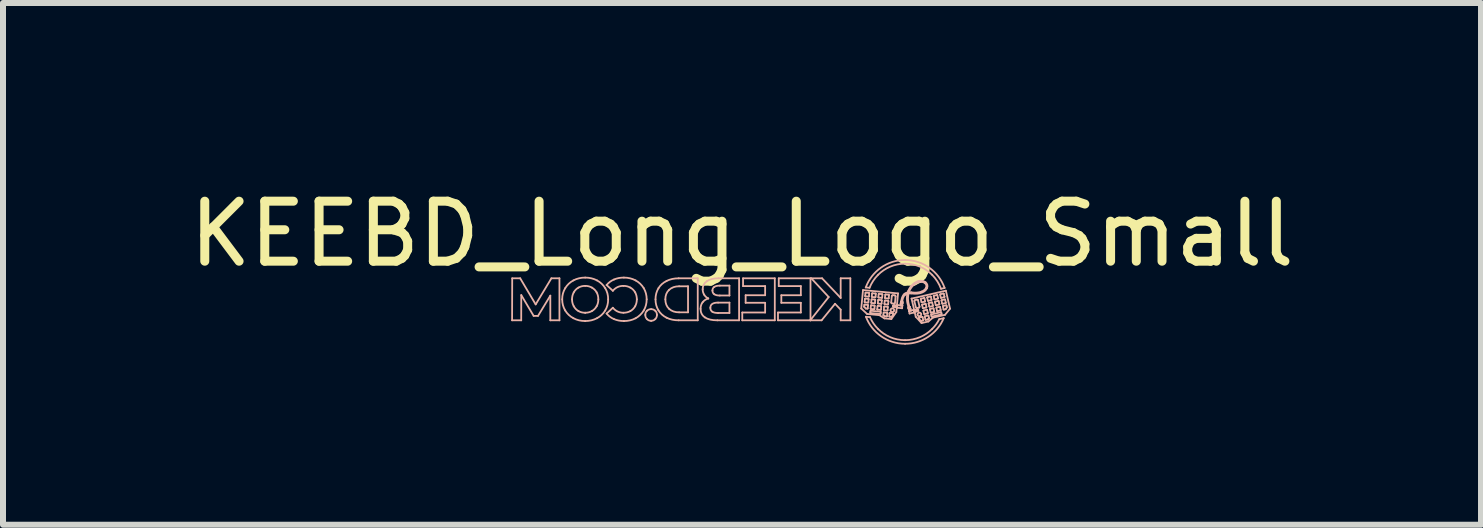
<source format=kicad_pcb>
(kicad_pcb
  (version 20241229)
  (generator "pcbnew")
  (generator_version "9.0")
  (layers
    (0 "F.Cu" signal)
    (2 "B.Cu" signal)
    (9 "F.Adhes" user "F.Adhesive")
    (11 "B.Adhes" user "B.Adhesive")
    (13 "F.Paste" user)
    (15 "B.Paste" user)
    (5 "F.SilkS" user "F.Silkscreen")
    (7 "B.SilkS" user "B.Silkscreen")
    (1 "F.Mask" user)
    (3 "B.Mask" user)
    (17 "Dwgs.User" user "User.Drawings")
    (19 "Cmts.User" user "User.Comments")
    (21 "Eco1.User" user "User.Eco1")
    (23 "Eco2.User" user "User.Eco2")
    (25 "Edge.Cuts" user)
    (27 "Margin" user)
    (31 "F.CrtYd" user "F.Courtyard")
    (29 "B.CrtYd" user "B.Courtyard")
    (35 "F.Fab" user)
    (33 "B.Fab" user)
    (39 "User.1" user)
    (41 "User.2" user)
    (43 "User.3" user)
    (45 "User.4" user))
  (footprint "KEEBD_Long_Logo_Small"
    (layer "F.Cu")
    (at 9.315 0.348)
    (property "Reference" "KEEBD_Long_Logo_Small" (at 0 0.5 0) (layer "F.SilkS") (effects (font (size 1 1) (thickness 0.15))))
    (attr through_hole)
    (fp_line (start -3.831 1.94) (end -3.679 1.94) (stroke (width 0.03) (type solid)) (layer "B.SilkS"))
    (fp_line (start -3.829 1.24) (end -3.831 1.94) (stroke (width 0.03) (type solid)) (layer "B.SilkS"))
    (fp_line (start -3.696 1.24) (end -3.829 1.24) (stroke (width 0.03) (type solid)) (layer "B.SilkS"))
    (fp_line (start -3.679 1.94) (end -3.678 1.52) (stroke (width 0.03) (type solid)) (layer "B.SilkS"))
    (fp_line (start -3.678 1.52) (end -3.472 1.866) (stroke (width 0.03) (type solid)) (layer "B.SilkS"))
    (fp_line (start -3.472 1.866) (end -3.399 1.866) (stroke (width 0.03) (type solid)) (layer "B.SilkS"))
    (fp_line (start -3.438 1.675) (end -3.696 1.24) (stroke (width 0.03) (type solid)) (layer "B.SilkS"))
    (fp_line (start -3.399 1.866) (end -3.194 1.529) (stroke (width 0.03) (type solid)) (layer "B.SilkS"))
    (fp_line (start -3.194 1.529) (end -3.194 1.94) (stroke (width 0.03) (type solid)) (layer "B.SilkS"))
    (fp_line (start -3.194 1.94) (end -3.042 1.94) (stroke (width 0.03) (type solid)) (layer "B.SilkS"))
    (fp_line (start -3.176 1.24) (end -3.438 1.675) (stroke (width 0.03) (type solid)) (layer "B.SilkS"))
    (fp_line (start -3.042 1.24) (end -3.176 1.24) (stroke (width 0.03) (type solid)) (layer "B.SilkS"))
    (fp_line (start -3.042 1.94) (end -3.042 1.24) (stroke (width 0.03) (type solid)) (layer "B.SilkS"))
    (fp_line (start -2.613 1.814) (end -2.613 1.814) (stroke (width 0.03) (type solid)) (layer "B.SilkS"))
    (fp_line (start -2.613 1.952) (end -2.613 1.952) (stroke (width 0.03) (type solid)) (layer "B.SilkS"))
    (fp_line (start -2.256 1.352) (end -2.152 1.448) (stroke (width 0.03) (type solid)) (layer "B.SilkS"))
    (fp_line (start -2.152 1.731) (end -2.256 1.827) (stroke (width 0.03) (type solid)) (layer "B.SilkS"))
    (fp_line (start -1.967 1.952) (end -1.967 1.952) (stroke (width 0.03) (type solid)) (layer "B.SilkS"))
    (fp_line (start -1.514 1.948) (end -1.514 1.948) (stroke (width 0.03) (type solid)) (layer "B.SilkS"))
    (fp_line (start -1.055 1.94) (end -0.737 1.94) (stroke (width 0.03) (type solid)) (layer "B.SilkS"))
    (fp_line (start -1.047 1.373) (end -0.899 1.373) (stroke (width 0.03) (type solid)) (layer "B.SilkS"))
    (fp_line (start -0.899 1.373) (end -0.899 1.807) (stroke (width 0.03) (type solid)) (layer "B.SilkS"))
    (fp_line (start -0.899 1.807) (end -1.047 1.807) (stroke (width 0.03) (type solid)) (layer "B.SilkS"))
    (fp_line (start -0.737 1.24) (end -1.055 1.24) (stroke (width 0.03) (type solid)) (layer "B.SilkS"))
    (fp_line (start -0.737 1.94) (end -0.737 1.24) (stroke (width 0.03) (type solid)) (layer "B.SilkS"))
    (fp_line (start -0.562 1.576) (end -0.562 1.576) (stroke (width 0.03) (type solid)) (layer "B.SilkS"))
    (fp_line (start -0.41 1.94) (end -0.048 1.94) (stroke (width 0.03) (type solid)) (layer "B.SilkS"))
    (fp_line (start -0.398 1.645) (end -0.209 1.645) (stroke (width 0.03) (type solid)) (layer "B.SilkS"))
    (fp_line (start -0.37 1.362) (end -0.209 1.362) (stroke (width 0.03) (type solid)) (layer "B.SilkS"))
    (fp_line (start -0.209 1.362) (end -0.209 1.527) (stroke (width 0.03) (type solid)) (layer "B.SilkS"))
    (fp_line (start -0.209 1.527) (end -0.37 1.527) (stroke (width 0.03) (type solid)) (layer "B.SilkS"))
    (fp_line (start -0.209 1.645) (end -0.209 1.818) (stroke (width 0.03) (type solid)) (layer "B.SilkS"))
    (fp_line (start -0.209 1.818) (end -0.398 1.818) (stroke (width 0.03) (type solid)) (layer "B.SilkS"))
    (fp_line (start -0.048 1.24) (end -0.39 1.24) (stroke (width 0.03) (type solid)) (layer "B.SilkS"))
    (fp_line (start -0.048 1.94) (end -0.048 1.24) (stroke (width 0.03) (type solid)) (layer "B.SilkS"))
    (fp_line (start 0.005 1.81) (end 0.005 1.94) (stroke (width 0.03) (type solid)) (layer "B.SilkS"))
    (fp_line (start 0.005 1.94) (end 0.547 1.94) (stroke (width 0.03) (type solid)) (layer "B.SilkS"))
    (fp_line (start 0.018 1.24) (end 0.018 1.37) (stroke (width 0.03) (type solid)) (layer "B.SilkS"))
    (fp_line (start 0.018 1.37) (end 0.386 1.37) (stroke (width 0.03) (type solid)) (layer "B.SilkS"))
    (fp_line (start 0.061 1.522) (end 0.061 1.648) (stroke (width 0.03) (type solid)) (layer "B.SilkS"))
    (fp_line (start 0.061 1.648) (end 0.386 1.648) (stroke (width 0.03) (type solid)) (layer "B.SilkS"))
    (fp_line (start 0.386 1.37) (end 0.386 1.522) (stroke (width 0.03) (type solid)) (layer "B.SilkS"))
    (fp_line (start 0.386 1.522) (end 0.061 1.522) (stroke (width 0.03) (type solid)) (layer "B.SilkS"))
    (fp_line (start 0.386 1.648) (end 0.386 1.81) (stroke (width 0.03) (type solid)) (layer "B.SilkS"))
    (fp_line (start 0.386 1.81) (end 0.005 1.81) (stroke (width 0.03) (type solid)) (layer "B.SilkS"))
    (fp_line (start 0.547 1.24) (end 0.018 1.24) (stroke (width 0.03) (type solid)) (layer "B.SilkS"))
    (fp_line (start 0.547 1.94) (end 0.547 1.24) (stroke (width 0.03) (type solid)) (layer "B.SilkS"))
    (fp_line (start 0.6 1.81) (end 0.6 1.94) (stroke (width 0.03) (type solid)) (layer "B.SilkS"))
    (fp_line (start 0.6 1.94) (end 1.142 1.94) (stroke (width 0.03) (type solid)) (layer "B.SilkS"))
    (fp_line (start 0.613 1.24) (end 0.613 1.37) (stroke (width 0.03) (type solid)) (layer "B.SilkS"))
    (fp_line (start 0.613 1.37) (end 0.981 1.37) (stroke (width 0.03) (type solid)) (layer "B.SilkS"))
    (fp_line (start 0.656 1.522) (end 0.656 1.648) (stroke (width 0.03) (type solid)) (layer "B.SilkS"))
    (fp_line (start 0.656 1.648) (end 0.981 1.648) (stroke (width 0.03) (type solid)) (layer "B.SilkS"))
    (fp_line (start 0.981 1.37) (end 0.981 1.522) (stroke (width 0.03) (type solid)) (layer "B.SilkS"))
    (fp_line (start 0.981 1.522) (end 0.656 1.522) (stroke (width 0.03) (type solid)) (layer "B.SilkS"))
    (fp_line (start 0.981 1.648) (end 0.981 1.81) (stroke (width 0.03) (type solid)) (layer "B.SilkS"))
    (fp_line (start 0.981 1.81) (end 0.6 1.81) (stroke (width 0.03) (type solid)) (layer "B.SilkS"))
    (fp_line (start 1.138 1.94) (end 1.327 1.94) (stroke (width 0.03) (type solid)) (layer "B.SilkS"))
    (fp_line (start 1.142 1.24) (end 0.613 1.24) (stroke (width 0.03) (type solid)) (layer "B.SilkS"))
    (fp_line (start 1.142 1.94) (end 1.142 1.24) (stroke (width 0.03) (type solid)) (layer "B.SilkS"))
    (fp_line (start 1.155 1.24) (end 1.445 1.552) (stroke (width 0.03) (type solid)) (layer "B.SilkS"))
    (fp_line (start 1.327 1.94) (end 1.551 1.665) (stroke (width 0.03) (type solid)) (layer "B.SilkS"))
    (fp_line (start 1.335 1.24) (end 1.155 1.24) (stroke (width 0.03) (type solid)) (layer "B.SilkS"))
    (fp_line (start 1.445 1.552) (end 1.138 1.94) (stroke (width 0.03) (type solid)) (layer "B.SilkS"))
    (fp_line (start 1.551 1.665) (end 1.645 1.763) (stroke (width 0.03) (type solid)) (layer "B.SilkS"))
    (fp_line (start 1.645 1.24) (end 1.645 1.567) (stroke (width 0.03) (type solid)) (layer "B.SilkS"))
    (fp_line (start 1.645 1.567) (end 1.335 1.24) (stroke (width 0.03) (type solid)) (layer "B.SilkS"))
    (fp_line (start 1.645 1.763) (end 1.645 1.94) (stroke (width 0.03) (type solid)) (layer "B.SilkS"))
    (fp_line (start 1.645 1.94) (end 1.806 1.94) (stroke (width 0.03) (type solid)) (layer "B.SilkS"))
    (fp_line (start 1.806 1.24) (end 1.645 1.24) (stroke (width 0.03) (type solid)) (layer "B.SilkS"))
    (fp_line (start 1.806 1.94) (end 1.806 1.24) (stroke (width 0.03) (type solid)) (layer "B.SilkS"))
    (fp_line (start 1.988 1.743) (end 2.085 1.834) (stroke (width 0.03) (type solid)) (layer "B.SilkS"))
    (fp_line (start 2.017 1.436) (end 1.988 1.743) (stroke (width 0.03) (type solid)) (layer "B.SilkS"))
    (fp_line (start 2.036 1.712) (end 2.039 1.684) (stroke (width 0.03) (type solid)) (layer "B.SilkS"))
    (fp_line (start 2.044 1.634) (end 2.049 1.584) (stroke (width 0.03) (type solid)) (layer "B.SilkS"))
    (fp_line (start 2.045 1.679) (end 2.096 1.683) (stroke (width 0.03) (type solid)) (layer "B.SilkS"))
    (fp_line (start 2.053 1.534) (end 2.058 1.483) (stroke (width 0.03) (type solid)) (layer "B.SilkS"))
    (fp_line (start 2.055 1.578) (end 2.106 1.583) (stroke (width 0.03) (type solid)) (layer "B.SilkS"))
    (fp_line (start 2.061 1.741) (end 2.038 1.716) (stroke (width 0.03) (type solid)) (layer "B.SilkS"))
    (fp_line (start 2.063 1.392) (end 2.126 1.398) (stroke (width 0.03) (type solid)) (layer "B.SilkS"))
    (fp_line (start 2.064 1.478) (end 2.115 1.483) (stroke (width 0.03) (type solid)) (layer "B.SilkS"))
    (fp_line (start 2.085 1.834) (end 2.289 1.854) (stroke (width 0.03) (type solid)) (layer "B.SilkS"))
    (fp_line (start 2.09 1.746) (end 2.064 1.743) (stroke (width 0.03) (type solid)) (layer "B.SilkS"))
    (fp_line (start 2.1 1.645) (end 2.049 1.641) (stroke (width 0.03) (type solid)) (layer "B.SilkS"))
    (fp_line (start 2.101 1.69) (end 2.096 1.74) (stroke (width 0.03) (type solid)) (layer "B.SilkS"))
    (fp_line (start 2.109 1.545) (end 2.059 1.54) (stroke (width 0.03) (type solid)) (layer "B.SilkS"))
    (fp_line (start 2.111 1.589) (end 2.106 1.64) (stroke (width 0.03) (type solid)) (layer "B.SilkS"))
    (fp_line (start 2.12 1.489) (end 2.116 1.54) (stroke (width 0.03) (type solid)) (layer "B.SilkS"))
    (fp_line (start 2.133 1.887) (end 2.066 1.881) (stroke (width 0.03) (type solid)) (layer "B.SilkS"))
    (fp_line (start 2.138 1.813) (end 2.14 1.786) (stroke (width 0.03) (type solid)) (layer "B.SilkS"))
    (fp_line (start 2.144 1.745) (end 2.149 1.694) (stroke (width 0.03) (type solid)) (layer "B.SilkS"))
    (fp_line (start 2.147 1.781) (end 2.307 1.796) (stroke (width 0.03) (type solid)) (layer "B.SilkS"))
    (fp_line (start 2.154 1.645) (end 2.159 1.594) (stroke (width 0.03) (type solid)) (layer "B.SilkS"))
    (fp_line (start 2.155 1.689) (end 2.206 1.694) (stroke (width 0.03) (type solid)) (layer "B.SilkS"))
    (fp_line (start 2.163 1.545) (end 2.168 1.494) (stroke (width 0.03) (type solid)) (layer "B.SilkS"))
    (fp_line (start 2.165 1.589) (end 2.216 1.594) (stroke (width 0.03) (type solid)) (layer "B.SilkS"))
    (fp_line (start 2.174 1.489) (end 2.225 1.493) (stroke (width 0.03) (type solid)) (layer "B.SilkS"))
    (fp_line (start 2.2 1.756) (end 2.149 1.751) (stroke (width 0.03) (type solid)) (layer "B.SilkS"))
    (fp_line (start 2.21 1.656) (end 2.159 1.651) (stroke (width 0.03) (type solid)) (layer "B.SilkS"))
    (fp_line (start 2.211 1.7) (end 2.207 1.751) (stroke (width 0.03) (type solid)) (layer "B.SilkS"))
    (fp_line (start 2.219 1.556) (end 2.169 1.551) (stroke (width 0.03) (type solid)) (layer "B.SilkS"))
    (fp_line (start 2.221 1.6) (end 2.216 1.651) (stroke (width 0.03) (type solid)) (layer "B.SilkS"))
    (fp_line (start 2.23 1.5) (end 2.226 1.55) (stroke (width 0.03) (type solid)) (layer "B.SilkS"))
    (fp_line (start 2.254 1.755) (end 2.259 1.705) (stroke (width 0.03) (type solid)) (layer "B.SilkS"))
    (fp_line (start 2.264 1.655) (end 2.269 1.604) (stroke (width 0.03) (type solid)) (layer "B.SilkS"))
    (fp_line (start 2.265 1.699) (end 2.316 1.704) (stroke (width 0.03) (type solid)) (layer "B.SilkS"))
    (fp_line (start 2.273 1.555) (end 2.278 1.504) (stroke (width 0.03) (type solid)) (layer "B.SilkS"))
    (fp_line (start 2.275 1.599) (end 2.326 1.604) (stroke (width 0.03) (type solid)) (layer "B.SilkS"))
    (fp_line (start 2.284 1.499) (end 2.335 1.504) (stroke (width 0.03) (type solid)) (layer "B.SilkS"))
    (fp_line (start 2.289 1.854) (end 2.374 1.908) (stroke (width 0.03) (type solid)) (layer "B.SilkS"))
    (fp_line (start 2.304 1.834) (end 2.143 1.819) (stroke (width 0.03) (type solid)) (layer "B.SilkS"))
    (fp_line (start 2.31 1.766) (end 2.259 1.762) (stroke (width 0.03) (type solid)) (layer "B.SilkS"))
    (fp_line (start 2.313 1.803) (end 2.31 1.829) (stroke (width 0.03) (type solid)) (layer "B.SilkS"))
    (fp_line (start 2.32 1.666) (end 2.269 1.661) (stroke (width 0.03) (type solid)) (layer "B.SilkS"))
    (fp_line (start 2.321 1.711) (end 2.317 1.761) (stroke (width 0.03) (type solid)) (layer "B.SilkS"))
    (fp_line (start 2.329 1.566) (end 2.279 1.561) (stroke (width 0.03) (type solid)) (layer "B.SilkS"))
    (fp_line (start 2.331 1.61) (end 2.326 1.661) (stroke (width 0.03) (type solid)) (layer "B.SilkS"))
    (fp_line (start 2.34 1.51) (end 2.336 1.561) (stroke (width 0.03) (type solid)) (layer "B.SilkS"))
    (fp_line (start 2.356 1.854) (end 2.36 1.814) (stroke (width 0.03) (type solid)) (layer "B.SilkS"))
    (fp_line (start 2.364 1.766) (end 2.369 1.715) (stroke (width 0.03) (type solid)) (layer "B.SilkS"))
    (fp_line (start 2.366 1.809) (end 2.417 1.813) (stroke (width 0.03) (type solid)) (layer "B.SilkS"))
    (fp_line (start 2.374 1.666) (end 2.379 1.615) (stroke (width 0.03) (type solid)) (layer "B.SilkS"))
    (fp_line (start 2.374 1.908) (end 2.489 1.919) (stroke (width 0.03) (type solid)) (layer "B.SilkS"))
    (fp_line (start 2.375 1.71) (end 2.426 1.715) (stroke (width 0.03) (type solid)) (layer "B.SilkS"))
    (fp_line (start 2.378 1.872) (end 2.359 1.859) (stroke (width 0.03) (type solid)) (layer "B.SilkS"))
    (fp_line (start 2.383 1.565) (end 2.388 1.515) (stroke (width 0.03) (type solid)) (layer "B.SilkS"))
    (fp_line (start 2.385 1.61) (end 2.436 1.615) (stroke (width 0.03) (type solid)) (layer "B.SilkS"))
    (fp_line (start 2.394 1.509) (end 2.445 1.514) (stroke (width 0.03) (type solid)) (layer "B.SilkS"))
    (fp_line (start 2.411 1.876) (end 2.381 1.873) (stroke (width 0.03) (type solid)) (layer "B.SilkS"))
    (fp_line (start 2.42 1.777) (end 2.369 1.772) (stroke (width 0.03) (type solid)) (layer "B.SilkS"))
    (fp_line (start 2.422 1.82) (end 2.417 1.871) (stroke (width 0.03) (type solid)) (layer "B.SilkS"))
    (fp_line (start 2.43 1.677) (end 2.379 1.672) (stroke (width 0.03) (type solid)) (layer "B.SilkS"))
    (fp_line (start 2.431 1.721) (end 2.427 1.772) (stroke (width 0.03) (type solid)) (layer "B.SilkS"))
    (fp_line (start 2.439 1.577) (end 2.389 1.572) (stroke (width 0.03) (type solid)) (layer "B.SilkS"))
    (fp_line (start 2.441 1.621) (end 2.436 1.672) (stroke (width 0.03) (type solid)) (layer "B.SilkS"))
    (fp_line (start 2.45 1.521) (end 2.446 1.571) (stroke (width 0.03) (type solid)) (layer "B.SilkS"))
    (fp_line (start 2.455 1.874) (end 2.459 1.823) (stroke (width 0.03) (type solid)) (layer "B.SilkS"))
    (fp_line (start 2.466 1.818) (end 2.516 1.823) (stroke (width 0.03) (type solid)) (layer "B.SilkS"))
    (fp_line (start 2.487 1.643) (end 2.497 1.535) (stroke (width 0.03) (type solid)) (layer "B.SilkS"))
    (fp_line (start 2.489 1.919) (end 2.572 1.802) (stroke (width 0.03) (type solid)) (layer "B.SilkS"))
    (fp_line (start 2.489 1.883) (end 2.46 1.88) (stroke (width 0.03) (type solid)) (layer "B.SilkS"))
    (fp_line (start 2.514 1.521) (end 2.546 1.524) (stroke (width 0.03) (type solid)) (layer "B.SilkS"))
    (fp_line (start 2.519 1.848) (end 2.494 1.881) (stroke (width 0.03) (type solid)) (layer "B.SilkS"))
    (fp_line (start 2.522 1.829) (end 2.52 1.845) (stroke (width 0.03) (type solid)) (layer "B.SilkS"))
    (fp_line (start 2.526 1.699) (end 2.525 1.705) (stroke (width 0.03) (type solid)) (layer "B.SilkS"))
    (fp_line (start 2.531 1.712) (end 2.541 1.713) (stroke (width 0.03) (type solid)) (layer "B.SilkS"))
    (fp_line (start 2.531 1.689) (end 2.582 1.695) (stroke (width 0.03) (type solid)) (layer "B.SilkS"))
    (fp_line (start 2.533 1.662) (end 2.501 1.659) (stroke (width 0.03) (type solid)) (layer "B.SilkS"))
    (fp_line (start 2.541 1.713) (end 2.543 1.695) (stroke (width 0.03) (type solid)) (layer "B.SilkS"))
    (fp_line (start 2.543 1.695) (end 2.533 1.694) (stroke (width 0.03) (type solid)) (layer "B.SilkS"))
    (fp_line (start 2.545 1.714) (end 2.562 1.715) (stroke (width 0.03) (type solid)) (layer "B.SilkS"))
    (fp_line (start 2.547 1.695) (end 2.545 1.714) (stroke (width 0.03) (type solid)) (layer "B.SilkS"))
    (fp_line (start 2.56 1.54) (end 2.55 1.648) (stroke (width 0.03) (type solid)) (layer "B.SilkS"))
    (fp_line (start 2.562 1.715) (end 2.564 1.697) (stroke (width 0.03) (type solid)) (layer "B.SilkS"))
    (fp_line (start 2.564 1.697) (end 2.547 1.695) (stroke (width 0.03) (type solid)) (layer "B.SilkS"))
    (fp_line (start 2.566 1.716) (end 2.585 1.718) (stroke (width 0.03) (type solid)) (layer "B.SilkS"))
    (fp_line (start 2.568 1.697) (end 2.566 1.716) (stroke (width 0.03) (type solid)) (layer "B.SilkS"))
    (fp_line (start 2.572 1.802) (end 2.58 1.722) (stroke (width 0.03) (type solid)) (layer "B.SilkS"))
    (fp_line (start 2.58 1.722) (end 2.528 1.716) (stroke (width 0.03) (type solid)) (layer "B.SilkS"))
    (fp_line (start 2.582 1.695) (end 2.601 1.492) (stroke (width 0.03) (type solid)) (layer "B.SilkS"))
    (fp_line (start 2.584 1.719) (end 2.586 1.698) (stroke (width 0.03) (type solid)) (layer "B.SilkS"))
    (fp_line (start 2.585 1.718) (end 2.587 1.699) (stroke (width 0.03) (type solid)) (layer "B.SilkS"))
    (fp_line (start 2.587 1.699) (end 2.568 1.697) (stroke (width 0.03) (type solid)) (layer "B.SilkS"))
    (fp_line (start 2.598 1.688) (end 2.672 1.695) (stroke (width 0.03) (type solid)) (layer "B.SilkS"))
    (fp_line (start 2.601 1.492) (end 2.017 1.436) (stroke (width 0.03) (type solid)) (layer "B.SilkS"))
    (fp_line (start 2.639 1.692) (end 2.672 1.695) (stroke (width 0.03) (type solid)) (layer "B.SilkS"))
    (fp_line (start 2.645 1.66) (end 2.639 1.692) (stroke (width 0.03) (type solid)) (layer "B.SilkS"))
    (fp_line (start 2.646 1.655) (end 2.673 1.658) (stroke (width 0.03) (type solid)) (layer "B.SilkS"))
    (fp_line (start 2.646 1.651) (end 2.646 1.655) (stroke (width 0.03) (type solid)) (layer "B.SilkS"))
    (fp_line (start 2.647 1.646) (end 2.674 1.649) (stroke (width 0.03) (type solid)) (layer "B.SilkS"))
    (fp_line (start 2.648 1.642) (end 2.647 1.646) (stroke (width 0.03) (type solid)) (layer "B.SilkS"))
    (fp_line (start 2.649 1.637) (end 2.674 1.639) (stroke (width 0.03) (type solid)) (layer "B.SilkS"))
    (fp_line (start 2.65 1.627) (end 2.649 1.637) (stroke (width 0.03) (type solid)) (layer "B.SilkS"))
    (fp_line (start 2.654 1.631) (end 2.672 1.632) (stroke (width 0.03) (type solid)) (layer "B.SilkS"))
    (fp_line (start 2.668 1.739) (end 2.594 1.731) (stroke (width 0.03) (type solid)) (layer "B.SilkS"))
    (fp_line (start 2.672 1.695) (end 2.673 1.663) (stroke (width 0.03) (type solid)) (layer "B.SilkS"))
    (fp_line (start 2.672 1.695) (end 2.668 1.739) (stroke (width 0.03) (type solid)) (layer "B.SilkS"))
    (fp_line (start 2.673 1.663) (end 2.645 1.66) (stroke (width 0.03) (type solid)) (layer "B.SilkS"))
    (fp_line (start 2.673 1.658) (end 2.674 1.654) (stroke (width 0.03) (type solid)) (layer "B.SilkS"))
    (fp_line (start 2.674 1.654) (end 2.646 1.651) (stroke (width 0.03) (type solid)) (layer "B.SilkS"))
    (fp_line (start 2.674 1.649) (end 2.674 1.644) (stroke (width 0.03) (type solid)) (layer "B.SilkS"))
    (fp_line (start 2.674 1.644) (end 2.648 1.642) (stroke (width 0.03) (type solid)) (layer "B.SilkS"))
    (fp_line (start 2.674 1.639) (end 2.674 1.63) (stroke (width 0.03) (type solid)) (layer "B.SilkS"))
    (fp_line (start 2.674 1.63) (end 2.65 1.627) (stroke (width 0.03) (type solid)) (layer "B.SilkS"))
    (fp_line (start 2.773 1.72) (end 2.775 1.73) (stroke (width 0.03) (type solid)) (layer "B.SilkS"))
    (fp_line (start 2.775 1.73) (end 2.8 1.724) (stroke (width 0.03) (type solid)) (layer "B.SilkS"))
    (fp_line (start 2.776 1.735) (end 2.776 1.739) (stroke (width 0.03) (type solid)) (layer "B.SilkS"))
    (fp_line (start 2.776 1.739) (end 2.802 1.733) (stroke (width 0.03) (type solid)) (layer "B.SilkS"))
    (fp_line (start 2.777 1.744) (end 2.778 1.748) (stroke (width 0.03) (type solid)) (layer "B.SilkS"))
    (fp_line (start 2.777 1.721) (end 2.793 1.718) (stroke (width 0.03) (type solid)) (layer "B.SilkS"))
    (fp_line (start 2.778 1.748) (end 2.805 1.742) (stroke (width 0.03) (type solid)) (layer "B.SilkS"))
    (fp_line (start 2.779 1.753) (end 2.784 1.785) (stroke (width 0.03) (type solid)) (layer "B.SilkS"))
    (fp_line (start 2.784 1.785) (end 2.793 1.827) (stroke (width 0.03) (type solid)) (layer "B.SilkS"))
    (fp_line (start 2.784 1.785) (end 2.816 1.778) (stroke (width 0.03) (type solid)) (layer "B.SilkS"))
    (fp_line (start 2.793 1.827) (end 2.866 1.811) (stroke (width 0.03) (type solid)) (layer "B.SilkS"))
    (fp_line (start 2.797 1.715) (end 2.773 1.72) (stroke (width 0.03) (type solid)) (layer "B.SilkS"))
    (fp_line (start 2.8 1.724) (end 2.797 1.715) (stroke (width 0.03) (type solid)) (layer "B.SilkS"))
    (fp_line (start 2.801 1.729) (end 2.776 1.735) (stroke (width 0.03) (type solid)) (layer "B.SilkS"))
    (fp_line (start 2.802 1.733) (end 2.801 1.729) (stroke (width 0.03) (type solid)) (layer "B.SilkS"))
    (fp_line (start 2.804 1.738) (end 2.777 1.744) (stroke (width 0.03) (type solid)) (layer "B.SilkS"))
    (fp_line (start 2.805 1.742) (end 2.804 1.738) (stroke (width 0.03) (type solid)) (layer "B.SilkS"))
    (fp_line (start 2.805 1.742) (end 2.805 1.742) (stroke (width 0.03) (type solid)) (layer "B.SilkS"))
    (fp_line (start 2.807 1.747) (end 2.779 1.753) (stroke (width 0.03) (type solid)) (layer "B.SilkS"))
    (fp_line (start 2.816 1.778) (end 2.807 1.747) (stroke (width 0.03) (type solid)) (layer "B.SilkS"))
    (fp_line (start 2.826 1.578) (end 2.871 1.773) (stroke (width 0.03) (type solid)) (layer "B.SilkS"))
    (fp_line (start 2.856 1.768) (end 2.784 1.785) (stroke (width 0.03) (type solid)) (layer "B.SilkS"))
    (fp_line (start 2.869 1.778) (end 2.873 1.796) (stroke (width 0.03) (type solid)) (layer "B.SilkS"))
    (fp_line (start 2.871 1.773) (end 2.922 1.761) (stroke (width 0.03) (type solid)) (layer "B.SilkS"))
    (fp_line (start 2.873 1.796) (end 2.892 1.792) (stroke (width 0.03) (type solid)) (layer "B.SilkS"))
    (fp_line (start 2.873 1.62) (end 2.898 1.726) (stroke (width 0.03) (type solid)) (layer "B.SilkS"))
    (fp_line (start 2.874 1.797) (end 2.869 1.777) (stroke (width 0.03) (type solid)) (layer "B.SilkS"))
    (fp_line (start 2.877 1.8) (end 2.896 1.881) (stroke (width 0.03) (type solid)) (layer "B.SilkS"))
    (fp_line (start 2.888 1.774) (end 2.869 1.778) (stroke (width 0.03) (type solid)) (layer "B.SilkS"))
    (fp_line (start 2.892 1.773) (end 2.896 1.791) (stroke (width 0.03) (type solid)) (layer "B.SilkS"))
    (fp_line (start 2.892 1.792) (end 2.888 1.774) (stroke (width 0.03) (type solid)) (layer "B.SilkS"))
    (fp_line (start 2.896 1.791) (end 2.912 1.787) (stroke (width 0.03) (type solid)) (layer "B.SilkS"))
    (fp_line (start 2.896 1.881) (end 2.993 1.986) (stroke (width 0.03) (type solid)) (layer "B.SilkS"))
    (fp_line (start 2.908 1.769) (end 2.892 1.773) (stroke (width 0.03) (type solid)) (layer "B.SilkS"))
    (fp_line (start 2.912 1.768) (end 2.916 1.786) (stroke (width 0.03) (type solid)) (layer "B.SilkS"))
    (fp_line (start 2.912 1.787) (end 2.908 1.769) (stroke (width 0.03) (type solid)) (layer "B.SilkS"))
    (fp_line (start 2.916 1.737) (end 2.947 1.73) (stroke (width 0.03) (type solid)) (layer "B.SilkS"))
    (fp_line (start 2.916 1.786) (end 2.926 1.784) (stroke (width 0.03) (type solid)) (layer "B.SilkS"))
    (fp_line (start 2.916 1.595) (end 2.885 1.602) (stroke (width 0.03) (type solid)) (layer "B.SilkS"))
    (fp_line (start 2.922 1.766) (end 2.912 1.768) (stroke (width 0.03) (type solid)) (layer "B.SilkS"))
    (fp_line (start 2.928 1.789) (end 2.877 1.8) (stroke (width 0.03) (type solid)) (layer "B.SilkS"))
    (fp_line (start 2.931 1.776) (end 2.93 1.771) (stroke (width 0.03) (type solid)) (layer "B.SilkS"))
    (fp_line (start 2.949 1.902) (end 2.953 1.917) (stroke (width 0.03) (type solid)) (layer "B.SilkS"))
    (fp_line (start 2.954 1.92) (end 2.983 1.949) (stroke (width 0.03) (type solid)) (layer "B.SilkS"))
    (fp_line (start 2.959 1.712) (end 2.934 1.606) (stroke (width 0.03) (type solid)) (layer "B.SilkS"))
    (fp_line (start 2.979 1.586) (end 2.991 1.636) (stroke (width 0.03) (type solid)) (layer "B.SilkS"))
    (fp_line (start 2.989 1.951) (end 3.017 1.944) (stroke (width 0.03) (type solid)) (layer "B.SilkS"))
    (fp_line (start 2.993 1.986) (end 3.106 1.96) (stroke (width 0.03) (type solid)) (layer "B.SilkS"))
    (fp_line (start 2.998 1.64) (end 3.047 1.629) (stroke (width 0.03) (type solid)) (layer "B.SilkS"))
    (fp_line (start 3.002 1.684) (end 3.013 1.734) (stroke (width 0.03) (type solid)) (layer "B.SilkS"))
    (fp_line (start 3.003 1.883) (end 2.953 1.895) (stroke (width 0.03) (type solid)) (layer "B.SilkS"))
    (fp_line (start 3.02 1.738) (end 3.07 1.727) (stroke (width 0.03) (type solid)) (layer "B.SilkS"))
    (fp_line (start 3.021 1.937) (end 3.01 1.888) (stroke (width 0.03) (type solid)) (layer "B.SilkS"))
    (fp_line (start 3.024 1.782) (end 3.036 1.832) (stroke (width 0.03) (type solid)) (layer "B.SilkS"))
    (fp_line (start 3.033 1.568) (end 2.984 1.579) (stroke (width 0.03) (type solid)) (layer "B.SilkS"))
    (fp_line (start 3.043 1.836) (end 3.092 1.825) (stroke (width 0.03) (type solid)) (layer "B.SilkS"))
    (fp_line (start 3.047 1.879) (end 3.058 1.929) (stroke (width 0.03) (type solid)) (layer "B.SilkS"))
    (fp_line (start 3.052 1.622) (end 3.04 1.572) (stroke (width 0.03) (type solid)) (layer "B.SilkS"))
    (fp_line (start 3.056 1.666) (end 3.006 1.677) (stroke (width 0.03) (type solid)) (layer "B.SilkS"))
    (fp_line (start 3.065 1.933) (end 3.094 1.926) (stroke (width 0.03) (type solid)) (layer "B.SilkS"))
    (fp_line (start 3.074 1.72) (end 3.063 1.67) (stroke (width 0.03) (type solid)) (layer "B.SilkS"))
    (fp_line (start 3.078 1.764) (end 3.029 1.776) (stroke (width 0.03) (type solid)) (layer "B.SilkS"))
    (fp_line (start 3.087 1.561) (end 3.098 1.611) (stroke (width 0.03) (type solid)) (layer "B.SilkS"))
    (fp_line (start 3.097 1.925) (end 3.115 1.91) (stroke (width 0.03) (type solid)) (layer "B.SilkS"))
    (fp_line (start 3.097 1.818) (end 3.085 1.768) (stroke (width 0.03) (type solid)) (layer "B.SilkS"))
    (fp_line (start 3.101 1.861) (end 3.051 1.872) (stroke (width 0.03) (type solid)) (layer "B.SilkS"))
    (fp_line (start 3.105 1.616) (end 3.155 1.604) (stroke (width 0.03) (type solid)) (layer "B.SilkS"))
    (fp_line (start 3.106 1.96) (end 3.183 1.895) (stroke (width 0.03) (type solid)) (layer "B.SilkS"))
    (fp_line (start 3.11 1.66) (end 3.121 1.709) (stroke (width 0.03) (type solid)) (layer "B.SilkS"))
    (fp_line (start 3.117 1.904) (end 3.108 1.865) (stroke (width 0.03) (type solid)) (layer "B.SilkS"))
    (fp_line (start 3.128 1.714) (end 3.178 1.702) (stroke (width 0.03) (type solid)) (layer "B.SilkS"))
    (fp_line (start 3.132 1.758) (end 3.144 1.807) (stroke (width 0.03) (type solid)) (layer "B.SilkS"))
    (fp_line (start 3.141 1.543) (end 3.091 1.555) (stroke (width 0.03) (type solid)) (layer "B.SilkS"))
    (fp_line (start 3.15 1.812) (end 3.2 1.8) (stroke (width 0.03) (type solid)) (layer "B.SilkS"))
    (fp_line (start 3.153 1.848) (end 3.159 1.874) (stroke (width 0.03) (type solid)) (layer "B.SilkS"))
    (fp_line (start 3.159 1.597) (end 3.148 1.547) (stroke (width 0.03) (type solid)) (layer "B.SilkS"))
    (fp_line (start 3.164 1.641) (end 3.114 1.653) (stroke (width 0.03) (type solid)) (layer "B.SilkS"))
    (fp_line (start 3.166 1.878) (end 3.323 1.842) (stroke (width 0.03) (type solid)) (layer "B.SilkS"))
    (fp_line (start 3.182 1.695) (end 3.17 1.646) (stroke (width 0.03) (type solid)) (layer "B.SilkS"))
    (fp_line (start 3.183 1.895) (end 3.383 1.849) (stroke (width 0.03) (type solid)) (layer "B.SilkS"))
    (fp_line (start 3.186 1.739) (end 3.136 1.751) (stroke (width 0.03) (type solid)) (layer "B.SilkS"))
    (fp_line (start 3.195 1.537) (end 3.206 1.586) (stroke (width 0.03) (type solid)) (layer "B.SilkS"))
    (fp_line (start 3.204 1.793) (end 3.193 1.744) (stroke (width 0.03) (type solid)) (layer "B.SilkS"))
    (fp_line (start 3.213 1.591) (end 3.263 1.579) (stroke (width 0.03) (type solid)) (layer "B.SilkS"))
    (fp_line (start 3.217 1.635) (end 3.229 1.685) (stroke (width 0.03) (type solid)) (layer "B.SilkS"))
    (fp_line (start 3.236 1.689) (end 3.285 1.677) (stroke (width 0.03) (type solid)) (layer "B.SilkS"))
    (fp_line (start 3.24 1.733) (end 3.251 1.783) (stroke (width 0.03) (type solid)) (layer "B.SilkS"))
    (fp_line (start 3.249 1.518) (end 3.199 1.53) (stroke (width 0.03) (type solid)) (layer "B.SilkS"))
    (fp_line (start 3.258 1.787) (end 3.308 1.775) (stroke (width 0.03) (type solid)) (layer "B.SilkS"))
    (fp_line (start 3.267 1.572) (end 3.256 1.523) (stroke (width 0.03) (type solid)) (layer "B.SilkS"))
    (fp_line (start 3.271 1.616) (end 3.222 1.628) (stroke (width 0.03) (type solid)) (layer "B.SilkS"))
    (fp_line (start 3.29 1.671) (end 3.278 1.621) (stroke (width 0.03) (type solid)) (layer "B.SilkS"))
    (fp_line (start 3.294 1.715) (end 3.244 1.726) (stroke (width 0.03) (type solid)) (layer "B.SilkS"))
    (fp_line (start 3.302 1.512) (end 3.314 1.562) (stroke (width 0.03) (type solid)) (layer "B.SilkS"))
    (fp_line (start 3.312 1.769) (end 3.301 1.719) (stroke (width 0.03) (type solid)) (layer "B.SilkS"))
    (fp_line (start 3.315 1.805) (end 3.157 1.841) (stroke (width 0.03) (type solid)) (layer "B.SilkS"))
    (fp_line (start 3.317 1.415) (end 3.377 1.401) (stroke (width 0.03) (type solid)) (layer "B.SilkS"))
    (fp_line (start 3.321 1.566) (end 3.37 1.555) (stroke (width 0.03) (type solid)) (layer "B.SilkS"))
    (fp_line (start 3.325 1.61) (end 3.336 1.66) (stroke (width 0.03) (type solid)) (layer "B.SilkS"))
    (fp_line (start 3.327 1.835) (end 3.321 1.809) (stroke (width 0.03) (type solid)) (layer "B.SilkS"))
    (fp_line (start 3.343 1.664) (end 3.393 1.653) (stroke (width 0.03) (type solid)) (layer "B.SilkS"))
    (fp_line (start 3.348 1.708) (end 3.359 1.758) (stroke (width 0.03) (type solid)) (layer "B.SilkS"))
    (fp_line (start 3.356 1.494) (end 3.307 1.505) (stroke (width 0.03) (type solid)) (layer "B.SilkS"))
    (fp_line (start 3.362 1.904) (end 3.288 1.921) (stroke (width 0.03) (type solid)) (layer "B.SilkS"))
    (fp_line (start 3.366 1.762) (end 3.391 1.756) (stroke (width 0.03) (type solid)) (layer "B.SilkS"))
    (fp_line (start 3.375 1.548) (end 3.363 1.498) (stroke (width 0.03) (type solid)) (layer "B.SilkS"))
    (fp_line (start 3.379 1.592) (end 3.329 1.603) (stroke (width 0.03) (type solid)) (layer "B.SilkS"))
    (fp_line (start 3.383 1.849) (end 3.467 1.746) (stroke (width 0.03) (type solid)) (layer "B.SilkS"))
    (fp_line (start 3.395 1.754) (end 3.414 1.726) (stroke (width 0.03) (type solid)) (layer "B.SilkS"))
    (fp_line (start 3.397 1.646) (end 3.386 1.596) (stroke (width 0.03) (type solid)) (layer "B.SilkS"))
    (fp_line (start 3.398 1.446) (end 2.826 1.578) (stroke (width 0.03) (type solid)) (layer "B.SilkS"))
    (fp_line (start 3.402 1.69) (end 3.352 1.701) (stroke (width 0.03) (type solid)) (layer "B.SilkS"))
    (fp_line (start 3.415 1.722) (end 3.408 1.694) (stroke (width 0.03) (type solid)) (layer "B.SilkS"))
    (fp_line (start 3.467 1.746) (end 3.398 1.446) (stroke (width 0.03) (type solid)) (layer "B.SilkS"))
    (fp_curve (pts (xy -2.996 1.59) (xy -2.996 1.659) (xy -2.979 1.721) (xy -2.946 1.776)) (stroke (width 0.03) (type solid)) (layer "B.SilkS"))
    (fp_curve (pts (xy -2.946 1.405) (xy -2.979 1.46) (xy -2.996 1.521) (xy -2.996 1.59)) (stroke (width 0.03) (type solid)) (layer "B.SilkS"))
    (fp_curve (pts (xy -2.946 1.776) (xy -2.913 1.831) (xy -2.867 1.874) (xy -2.809 1.905)) (stroke (width 0.03) (type solid)) (layer "B.SilkS"))
    (fp_curve (pts (xy -2.832 1.59) (xy -2.832 1.547) (xy -2.822 1.508) (xy -2.803 1.474)) (stroke (width 0.03) (type solid)) (layer "B.SilkS"))
    (fp_curve (pts (xy -2.809 1.275) (xy -2.867 1.306) (xy -2.913 1.35) (xy -2.946 1.405)) (stroke (width 0.03) (type solid)) (layer "B.SilkS"))
    (fp_curve (pts (xy -2.809 1.905) (xy -2.751 1.936) (xy -2.686 1.952) (xy -2.613 1.952)) (stroke (width 0.03) (type solid)) (layer "B.SilkS"))
    (fp_curve (pts (xy -2.803 1.474) (xy -2.784 1.44) (xy -2.758 1.414) (xy -2.725 1.395)) (stroke (width 0.03) (type solid)) (layer "B.SilkS"))
    (fp_curve (pts (xy -2.803 1.706) (xy -2.822 1.672) (xy -2.832 1.633) (xy -2.832 1.59)) (stroke (width 0.03) (type solid)) (layer "B.SilkS"))
    (fp_curve (pts (xy -2.725 1.395) (xy -2.692 1.376) (xy -2.654 1.366) (xy -2.613 1.366)) (stroke (width 0.03) (type solid)) (layer "B.SilkS"))
    (fp_curve (pts (xy -2.725 1.786) (xy -2.758 1.767) (xy -2.784 1.74) (xy -2.803 1.706)) (stroke (width 0.03) (type solid)) (layer "B.SilkS"))
    (fp_curve (pts (xy -2.613 1.228) (xy -2.686 1.228) (xy -2.751 1.244) (xy -2.809 1.275)) (stroke (width 0.03) (type solid)) (layer "B.SilkS"))
    (fp_curve (pts (xy -2.613 1.366) (xy -2.572 1.366) (xy -2.534 1.376) (xy -2.501 1.395)) (stroke (width 0.03) (type solid)) (layer "B.SilkS"))
    (fp_curve (pts (xy -2.613 1.814) (xy -2.654 1.814) (xy -2.692 1.805) (xy -2.725 1.786)) (stroke (width 0.03) (type solid)) (layer "B.SilkS"))
    (fp_curve (pts (xy -2.613 1.952) (xy -2.54 1.952) (xy -2.475 1.936) (xy -2.416 1.905)) (stroke (width 0.03) (type solid)) (layer "B.SilkS"))
    (fp_curve (pts (xy -2.501 1.395) (xy -2.468 1.414) (xy -2.441 1.44) (xy -2.422 1.474)) (stroke (width 0.03) (type solid)) (layer "B.SilkS"))
    (fp_curve (pts (xy -2.501 1.786) (xy -2.534 1.805) (xy -2.572 1.814) (xy -2.613 1.814)) (stroke (width 0.03) (type solid)) (layer "B.SilkS"))
    (fp_curve (pts (xy -2.422 1.474) (xy -2.403 1.508) (xy -2.394 1.547) (xy -2.394 1.59)) (stroke (width 0.03) (type solid)) (layer "B.SilkS"))
    (fp_curve (pts (xy -2.422 1.706) (xy -2.441 1.74) (xy -2.468 1.767) (xy -2.501 1.786)) (stroke (width 0.03) (type solid)) (layer "B.SilkS"))
    (fp_curve (pts (xy -2.416 1.275) (xy -2.475 1.244) (xy -2.54 1.228) (xy -2.613 1.228)) (stroke (width 0.03) (type solid)) (layer "B.SilkS"))
    (fp_curve (pts (xy -2.416 1.905) (xy -2.358 1.874) (xy -2.312 1.831) (xy -2.279 1.776)) (stroke (width 0.03) (type solid)) (layer "B.SilkS"))
    (fp_curve (pts (xy -2.394 1.59) (xy -2.394 1.633) (xy -2.403 1.672) (xy -2.422 1.706)) (stroke (width 0.03) (type solid)) (layer "B.SilkS"))
    (fp_curve (pts (xy -2.279 1.405) (xy -2.312 1.35) (xy -2.358 1.306) (xy -2.416 1.275)) (stroke (width 0.03) (type solid)) (layer "B.SilkS"))
    (fp_curve (pts (xy -2.279 1.776) (xy -2.246 1.721) (xy -2.23 1.659) (xy -2.23 1.59)) (stroke (width 0.03) (type solid)) (layer "B.SilkS"))
    (fp_curve (pts (xy -2.256 1.827) (xy -2.223 1.868) (xy -2.182 1.899) (xy -2.132 1.92)) (stroke (width 0.03) (type solid)) (layer "B.SilkS"))
    (fp_curve (pts (xy -2.23 1.59) (xy -2.23 1.521) (xy -2.246 1.46) (xy -2.279 1.405)) (stroke (width 0.03) (type solid)) (layer "B.SilkS"))
    (fp_curve (pts (xy -2.152 1.448) (xy -2.105 1.393) (xy -2.046 1.366) (xy -1.976 1.366)) (stroke (width 0.03) (type solid)) (layer "B.SilkS"))
    (fp_curve (pts (xy -2.132 1.26) (xy -2.182 1.281) (xy -2.223 1.312) (xy -2.256 1.352)) (stroke (width 0.03) (type solid)) (layer "B.SilkS"))
    (fp_curve (pts (xy -2.132 1.92) (xy -2.083 1.941) (xy -2.028 1.952) (xy -1.967 1.952)) (stroke (width 0.03) (type solid)) (layer "B.SilkS"))
    (fp_curve (pts (xy -1.976 1.366) (xy -1.933 1.366) (xy -1.894 1.376) (xy -1.86 1.395)) (stroke (width 0.03) (type solid)) (layer "B.SilkS"))
    (fp_curve (pts (xy -1.976 1.814) (xy -2.046 1.814) (xy -2.105 1.786) (xy -2.152 1.731)) (stroke (width 0.03) (type solid)) (layer "B.SilkS"))
    (fp_curve (pts (xy -1.968 1.228) (xy -2.029 1.228) (xy -2.084 1.239) (xy -2.132 1.26)) (stroke (width 0.03) (type solid)) (layer "B.SilkS"))
    (fp_curve (pts (xy -1.967 1.952) (xy -1.896 1.952) (xy -1.831 1.937) (xy -1.773 1.906)) (stroke (width 0.03) (type solid)) (layer "B.SilkS"))
    (fp_curve (pts (xy -1.86 1.395) (xy -1.826 1.414) (xy -1.8 1.44) (xy -1.78 1.474)) (stroke (width 0.03) (type solid)) (layer "B.SilkS"))
    (fp_curve (pts (xy -1.86 1.786) (xy -1.894 1.805) (xy -1.933 1.814) (xy -1.976 1.814)) (stroke (width 0.03) (type solid)) (layer "B.SilkS"))
    (fp_curve (pts (xy -1.78 1.474) (xy -1.762 1.508) (xy -1.752 1.547) (xy -1.752 1.59)) (stroke (width 0.03) (type solid)) (layer "B.SilkS"))
    (fp_curve (pts (xy -1.78 1.706) (xy -1.8 1.74) (xy -1.826 1.767) (xy -1.86 1.786)) (stroke (width 0.03) (type solid)) (layer "B.SilkS"))
    (fp_curve (pts (xy -1.773 1.275) (xy -1.831 1.244) (xy -1.896 1.228) (xy -1.968 1.228)) (stroke (width 0.03) (type solid)) (layer "B.SilkS"))
    (fp_curve (pts (xy -1.773 1.906) (xy -1.716 1.875) (xy -1.671 1.832) (xy -1.637 1.777)) (stroke (width 0.03) (type solid)) (layer "B.SilkS"))
    (fp_curve (pts (xy -1.752 1.59) (xy -1.752 1.633) (xy -1.762 1.672) (xy -1.78 1.706)) (stroke (width 0.03) (type solid)) (layer "B.SilkS"))
    (fp_curve (pts (xy -1.637 1.404) (xy -1.671 1.349) (xy -1.716 1.306) (xy -1.773 1.275)) (stroke (width 0.03) (type solid)) (layer "B.SilkS"))
    (fp_curve (pts (xy -1.637 1.777) (xy -1.605 1.722) (xy -1.588 1.659) (xy -1.588 1.59)) (stroke (width 0.03) (type solid)) (layer "B.SilkS"))
    (fp_curve (pts (xy -1.611 1.85) (xy -1.611 1.878) (xy -1.602 1.901) (xy -1.583 1.92)) (stroke (width 0.03) (type solid)) (layer "B.SilkS"))
    (fp_curve (pts (xy -1.588 1.59) (xy -1.588 1.521) (xy -1.605 1.459) (xy -1.637 1.404)) (stroke (width 0.03) (type solid)) (layer "B.SilkS"))
    (fp_curve (pts (xy -1.583 1.781) (xy -1.602 1.798) (xy -1.611 1.821) (xy -1.611 1.85)) (stroke (width 0.03) (type solid)) (layer "B.SilkS"))
    (fp_curve (pts (xy -1.583 1.92) (xy -1.565 1.939) (xy -1.542 1.948) (xy -1.514 1.948)) (stroke (width 0.03) (type solid)) (layer "B.SilkS"))
    (fp_curve (pts (xy -1.514 1.754) (xy -1.542 1.754) (xy -1.565 1.763) (xy -1.583 1.781)) (stroke (width 0.03) (type solid)) (layer "B.SilkS"))
    (fp_curve (pts (xy -1.514 1.948) (xy -1.487 1.948) (xy -1.464 1.939) (xy -1.445 1.92)) (stroke (width 0.03) (type solid)) (layer "B.SilkS"))
    (fp_curve (pts (xy -1.445 1.781) (xy -1.464 1.763) (xy -1.487 1.754) (xy -1.514 1.754)) (stroke (width 0.03) (type solid)) (layer "B.SilkS"))
    (fp_curve (pts (xy -1.445 1.92) (xy -1.427 1.901) (xy -1.417 1.878) (xy -1.417 1.85)) (stroke (width 0.03) (type solid)) (layer "B.SilkS"))
    (fp_curve (pts (xy -1.441 1.59) (xy -1.441 1.66) (xy -1.424 1.721) (xy -1.392 1.774)) (stroke (width 0.03) (type solid)) (layer "B.SilkS"))
    (fp_curve (pts (xy -1.417 1.85) (xy -1.417 1.821) (xy -1.427 1.798) (xy -1.445 1.781)) (stroke (width 0.03) (type solid)) (layer "B.SilkS"))
    (fp_curve (pts (xy -1.392 1.406) (xy -1.424 1.459) (xy -1.441 1.52) (xy -1.441 1.59)) (stroke (width 0.03) (type solid)) (layer "B.SilkS"))
    (fp_curve (pts (xy -1.392 1.774) (xy -1.36 1.827) (xy -1.314 1.868) (xy -1.256 1.897)) (stroke (width 0.03) (type solid)) (layer "B.SilkS"))
    (fp_curve (pts (xy -1.277 1.59) (xy -1.277 1.523) (xy -1.256 1.471) (xy -1.214 1.432)) (stroke (width 0.03) (type solid)) (layer "B.SilkS"))
    (fp_curve (pts (xy -1.256 1.284) (xy -1.314 1.313) (xy -1.36 1.353) (xy -1.392 1.406)) (stroke (width 0.03) (type solid)) (layer "B.SilkS"))
    (fp_curve (pts (xy -1.256 1.897) (xy -1.198 1.926) (xy -1.131 1.94) (xy -1.055 1.94)) (stroke (width 0.03) (type solid)) (layer "B.SilkS"))
    (fp_curve (pts (xy -1.214 1.432) (xy -1.172 1.393) (xy -1.117 1.373) (xy -1.047 1.373)) (stroke (width 0.03) (type solid)) (layer "B.SilkS"))
    (fp_curve (pts (xy -1.214 1.749) (xy -1.256 1.71) (xy -1.277 1.657) (xy -1.277 1.59)) (stroke (width 0.03) (type solid)) (layer "B.SilkS"))
    (fp_curve (pts (xy -1.055 1.24) (xy -1.131 1.24) (xy -1.198 1.255) (xy -1.256 1.284)) (stroke (width 0.03) (type solid)) (layer "B.SilkS"))
    (fp_curve (pts (xy -1.047 1.807) (xy -1.117 1.807) (xy -1.172 1.788) (xy -1.214 1.749)) (stroke (width 0.03) (type solid)) (layer "B.SilkS"))
    (fp_curve (pts (xy -0.69 1.749) (xy -0.69 1.81) (xy -0.666 1.858) (xy -0.618 1.891)) (stroke (width 0.03) (type solid)) (layer "B.SilkS"))
    (fp_curve (pts (xy -0.656 1.64) (xy -0.679 1.669) (xy -0.69 1.706) (xy -0.69 1.749)) (stroke (width 0.03) (type solid)) (layer "B.SilkS"))
    (fp_curve (pts (xy -0.655 1.422) (xy -0.655 1.456) (xy -0.647 1.486) (xy -0.63 1.513)) (stroke (width 0.03) (type solid)) (layer "B.SilkS"))
    (fp_curve (pts (xy -0.63 1.513) (xy -0.614 1.54) (xy -0.591 1.561) (xy -0.562 1.576)) (stroke (width 0.03) (type solid)) (layer "B.SilkS"))
    (fp_curve (pts (xy -0.618 1.891) (xy -0.571 1.924) (xy -0.501 1.94) (xy -0.41 1.94)) (stroke (width 0.03) (type solid)) (layer "B.SilkS"))
    (fp_curve (pts (xy -0.586 1.289) (xy -0.632 1.322) (xy -0.655 1.366) (xy -0.655 1.422)) (stroke (width 0.03) (type solid)) (layer "B.SilkS"))
    (fp_curve (pts (xy -0.562 1.576) (xy -0.602 1.589) (xy -0.633 1.61) (xy -0.656 1.64)) (stroke (width 0.03) (type solid)) (layer "B.SilkS"))
    (fp_curve (pts (xy -0.527 1.732) (xy -0.527 1.674) (xy -0.484 1.645) (xy -0.398 1.645)) (stroke (width 0.03) (type solid)) (layer "B.SilkS"))
    (fp_curve (pts (xy -0.494 1.797) (xy -0.516 1.783) (xy -0.527 1.761) (xy -0.527 1.732)) (stroke (width 0.03) (type solid)) (layer "B.SilkS"))
    (fp_curve (pts (xy -0.492 1.444) (xy -0.492 1.417) (xy -0.482 1.396) (xy -0.461 1.383)) (stroke (width 0.03) (type solid)) (layer "B.SilkS"))
    (fp_curve (pts (xy -0.461 1.383) (xy -0.44 1.369) (xy -0.41 1.362) (xy -0.37 1.362)) (stroke (width 0.03) (type solid)) (layer "B.SilkS"))
    (fp_curve (pts (xy -0.461 1.506) (xy -0.482 1.492) (xy -0.492 1.471) (xy -0.492 1.444)) (stroke (width 0.03) (type solid)) (layer "B.SilkS"))
    (fp_curve (pts (xy -0.398 1.818) (xy -0.441 1.818) (xy -0.473 1.811) (xy -0.494 1.797)) (stroke (width 0.03) (type solid)) (layer "B.SilkS"))
    (fp_curve (pts (xy -0.39 1.24) (xy -0.475 1.24) (xy -0.541 1.256) (xy -0.586 1.289)) (stroke (width 0.03) (type solid)) (layer "B.SilkS"))
    (fp_curve (pts (xy -0.37 1.527) (xy -0.41 1.527) (xy -0.44 1.52) (xy -0.461 1.506)) (stroke (width 0.03) (type solid)) (layer "B.SilkS"))
    (fp_curve (pts (xy 2.038 1.716) (xy 2.037 1.715) (xy 2.036 1.713) (xy 2.036 1.712)) (stroke (width 0.03) (type solid)) (layer "B.SilkS"))
    (fp_curve (pts (xy 2.039 1.684) (xy 2.039 1.681) (xy 2.042 1.678) (xy 2.045 1.679)) (stroke (width 0.03) (type solid)) (layer "B.SilkS"))
    (fp_curve (pts (xy 2.049 1.584) (xy 2.049 1.58) (xy 2.052 1.578) (xy 2.055 1.578)) (stroke (width 0.03) (type solid)) (layer "B.SilkS"))
    (fp_curve (pts (xy 2.049 1.641) (xy 2.046 1.64) (xy 2.044 1.637) (xy 2.044 1.634)) (stroke (width 0.03) (type solid)) (layer "B.SilkS"))
    (fp_curve (pts (xy 2.058 1.483) (xy 2.058 1.48) (xy 2.061 1.478) (xy 2.064 1.478)) (stroke (width 0.03) (type solid)) (layer "B.SilkS"))
    (fp_curve (pts (xy 2.059 1.54) (xy 2.055 1.54) (xy 2.053 1.537) (xy 2.053 1.534)) (stroke (width 0.03) (type solid)) (layer "B.SilkS"))
    (fp_curve (pts (xy 2.064 1.743) (xy 2.063 1.743) (xy 2.062 1.742) (xy 2.061 1.741)) (stroke (width 0.03) (type solid)) (layer "B.SilkS"))
    (fp_curve (pts (xy 2.066 1.881) (xy 2.165 2.144) (xy 2.42 2.331) (xy 2.718 2.331)) (stroke (width 0.03) (type solid)) (layer "B.SilkS"))
    (fp_curve (pts (xy 2.096 1.683) (xy 2.099 1.684) (xy 2.102 1.686) (xy 2.101 1.69)) (stroke (width 0.03) (type solid)) (layer "B.SilkS"))
    (fp_curve (pts (xy 2.096 1.74) (xy 2.096 1.744) (xy 2.093 1.746) (xy 2.09 1.746)) (stroke (width 0.03) (type solid)) (layer "B.SilkS"))
    (fp_curve (pts (xy 2.106 1.583) (xy 2.109 1.583) (xy 2.111 1.586) (xy 2.111 1.589)) (stroke (width 0.03) (type solid)) (layer "B.SilkS"))
    (fp_curve (pts (xy 2.106 1.64) (xy 2.106 1.643) (xy 2.103 1.646) (xy 2.1 1.645)) (stroke (width 0.03) (type solid)) (layer "B.SilkS"))
    (fp_curve (pts (xy 2.115 1.483) (xy 2.118 1.483) (xy 2.121 1.486) (xy 2.12 1.489)) (stroke (width 0.03) (type solid)) (layer "B.SilkS"))
    (fp_curve (pts (xy 2.116 1.54) (xy 2.115 1.543) (xy 2.112 1.545) (xy 2.109 1.545)) (stroke (width 0.03) (type solid)) (layer "B.SilkS"))
    (fp_curve (pts (xy 2.126 1.398) (xy 2.158 1.317) (xy 2.207 1.243) (xy 2.268 1.182)) (stroke (width 0.03) (type solid)) (layer "B.SilkS"))
    (fp_curve (pts (xy 2.14 1.786) (xy 2.141 1.783) (xy 2.143 1.781) (xy 2.147 1.781)) (stroke (width 0.03) (type solid)) (layer "B.SilkS"))
    (fp_curve (pts (xy 2.143 1.819) (xy 2.14 1.819) (xy 2.138 1.816) (xy 2.138 1.813)) (stroke (width 0.03) (type solid)) (layer "B.SilkS"))
    (fp_curve (pts (xy 2.149 1.694) (xy 2.149 1.691) (xy 2.152 1.689) (xy 2.155 1.689)) (stroke (width 0.03) (type solid)) (layer "B.SilkS"))
    (fp_curve (pts (xy 2.149 1.751) (xy 2.146 1.751) (xy 2.144 1.748) (xy 2.144 1.745)) (stroke (width 0.03) (type solid)) (layer "B.SilkS"))
    (fp_curve (pts (xy 2.159 1.594) (xy 2.159 1.591) (xy 2.162 1.588) (xy 2.165 1.589)) (stroke (width 0.03) (type solid)) (layer "B.SilkS"))
    (fp_curve (pts (xy 2.159 1.651) (xy 2.156 1.651) (xy 2.154 1.648) (xy 2.154 1.645)) (stroke (width 0.03) (type solid)) (layer "B.SilkS"))
    (fp_curve (pts (xy 2.168 1.494) (xy 2.168 1.491) (xy 2.171 1.488) (xy 2.174 1.489)) (stroke (width 0.03) (type solid)) (layer "B.SilkS"))
    (fp_curve (pts (xy 2.169 1.551) (xy 2.165 1.55) (xy 2.163 1.548) (xy 2.163 1.545)) (stroke (width 0.03) (type solid)) (layer "B.SilkS"))
    (fp_curve (pts (xy 2.206 1.694) (xy 2.209 1.694) (xy 2.212 1.697) (xy 2.211 1.7)) (stroke (width 0.03) (type solid)) (layer "B.SilkS"))
    (fp_curve (pts (xy 2.207 1.751) (xy 2.206 1.754) (xy 2.203 1.756) (xy 2.2 1.756)) (stroke (width 0.03) (type solid)) (layer "B.SilkS"))
    (fp_curve (pts (xy 2.216 1.594) (xy 2.219 1.594) (xy 2.221 1.597) (xy 2.221 1.6)) (stroke (width 0.03) (type solid)) (layer "B.SilkS"))
    (fp_curve (pts (xy 2.216 1.651) (xy 2.216 1.654) (xy 2.213 1.656) (xy 2.21 1.656)) (stroke (width 0.03) (type solid)) (layer "B.SilkS"))
    (fp_curve (pts (xy 2.225 1.493) (xy 2.228 1.494) (xy 2.231 1.497) (xy 2.23 1.5)) (stroke (width 0.03) (type solid)) (layer "B.SilkS"))
    (fp_curve (pts (xy 2.226 1.55) (xy 2.225 1.554) (xy 2.222 1.556) (xy 2.219 1.556)) (stroke (width 0.03) (type solid)) (layer "B.SilkS"))
    (fp_curve (pts (xy 2.259 1.705) (xy 2.259 1.701) (xy 2.262 1.699) (xy 2.265 1.699)) (stroke (width 0.03) (type solid)) (layer "B.SilkS"))
    (fp_curve (pts (xy 2.259 1.762) (xy 2.256 1.761) (xy 2.254 1.759) (xy 2.254 1.755)) (stroke (width 0.03) (type solid)) (layer "B.SilkS"))
    (fp_curve (pts (xy 2.268 1.182) (xy 2.383 1.067) (xy 2.542 0.996) (xy 2.718 0.996)) (stroke (width 0.03) (type solid)) (layer "B.SilkS"))
    (fp_curve (pts (xy 2.268 2.084) (xy 2.211 2.028) (xy 2.166 1.961) (xy 2.133 1.887)) (stroke (width 0.03) (type solid)) (layer "B.SilkS"))
    (fp_curve (pts (xy 2.269 1.604) (xy 2.269 1.601) (xy 2.272 1.599) (xy 2.275 1.599)) (stroke (width 0.03) (type solid)) (layer "B.SilkS"))
    (fp_curve (pts (xy 2.269 1.661) (xy 2.266 1.661) (xy 2.264 1.658) (xy 2.264 1.655)) (stroke (width 0.03) (type solid)) (layer "B.SilkS"))
    (fp_curve (pts (xy 2.278 1.504) (xy 2.278 1.501) (xy 2.281 1.499) (xy 2.284 1.499)) (stroke (width 0.03) (type solid)) (layer "B.SilkS"))
    (fp_curve (pts (xy 2.279 1.561) (xy 2.275 1.561) (xy 2.273 1.558) (xy 2.273 1.555)) (stroke (width 0.03) (type solid)) (layer "B.SilkS"))
    (fp_curve (pts (xy 2.307 1.796) (xy 2.311 1.797) (xy 2.313 1.8) (xy 2.313 1.803)) (stroke (width 0.03) (type solid)) (layer "B.SilkS"))
    (fp_curve (pts (xy 2.31 1.829) (xy 2.31 1.832) (xy 2.307 1.834) (xy 2.304 1.834)) (stroke (width 0.03) (type solid)) (layer "B.SilkS"))
    (fp_curve (pts (xy 2.316 1.704) (xy 2.319 1.705) (xy 2.322 1.707) (xy 2.321 1.711)) (stroke (width 0.03) (type solid)) (layer "B.SilkS"))
    (fp_curve (pts (xy 2.317 1.761) (xy 2.316 1.764) (xy 2.313 1.767) (xy 2.31 1.766)) (stroke (width 0.03) (type solid)) (layer "B.SilkS"))
    (fp_curve (pts (xy 2.326 1.604) (xy 2.329 1.604) (xy 2.331 1.607) (xy 2.331 1.61)) (stroke (width 0.03) (type solid)) (layer "B.SilkS"))
    (fp_curve (pts (xy 2.326 1.661) (xy 2.326 1.664) (xy 2.323 1.667) (xy 2.32 1.666)) (stroke (width 0.03) (type solid)) (layer "B.SilkS"))
    (fp_curve (pts (xy 2.335 1.504) (xy 2.338 1.504) (xy 2.341 1.507) (xy 2.34 1.51)) (stroke (width 0.03) (type solid)) (layer "B.SilkS"))
    (fp_curve (pts (xy 2.336 1.561) (xy 2.335 1.564) (xy 2.332 1.566) (xy 2.329 1.566)) (stroke (width 0.03) (type solid)) (layer "B.SilkS"))
    (fp_curve (pts (xy 2.359 1.859) (xy 2.357 1.858) (xy 2.356 1.856) (xy 2.356 1.854)) (stroke (width 0.03) (type solid)) (layer "B.SilkS"))
    (fp_curve (pts (xy 2.36 1.814) (xy 2.36 1.811) (xy 2.363 1.808) (xy 2.366 1.809)) (stroke (width 0.03) (type solid)) (layer "B.SilkS"))
    (fp_curve (pts (xy 2.369 1.715) (xy 2.369 1.712) (xy 2.372 1.71) (xy 2.375 1.71)) (stroke (width 0.03) (type solid)) (layer "B.SilkS"))
    (fp_curve (pts (xy 2.369 1.772) (xy 2.366 1.772) (xy 2.364 1.769) (xy 2.364 1.766)) (stroke (width 0.03) (type solid)) (layer "B.SilkS"))
    (fp_curve (pts (xy 2.379 1.615) (xy 2.379 1.612) (xy 2.382 1.609) (xy 2.385 1.61)) (stroke (width 0.03) (type solid)) (layer "B.SilkS"))
    (fp_curve (pts (xy 2.379 1.672) (xy 2.376 1.672) (xy 2.374 1.669) (xy 2.374 1.666)) (stroke (width 0.03) (type solid)) (layer "B.SilkS"))
    (fp_curve (pts (xy 2.381 1.873) (xy 2.38 1.873) (xy 2.379 1.872) (xy 2.378 1.872)) (stroke (width 0.03) (type solid)) (layer "B.SilkS"))
    (fp_curve (pts (xy 2.388 1.515) (xy 2.388 1.512) (xy 2.391 1.509) (xy 2.394 1.509)) (stroke (width 0.03) (type solid)) (layer "B.SilkS"))
    (fp_curve (pts (xy 2.389 1.572) (xy 2.385 1.571) (xy 2.383 1.569) (xy 2.383 1.565)) (stroke (width 0.03) (type solid)) (layer "B.SilkS"))
    (fp_curve (pts (xy 2.417 1.813) (xy 2.42 1.814) (xy 2.422 1.817) (xy 2.422 1.82)) (stroke (width 0.03) (type solid)) (layer "B.SilkS"))
    (fp_curve (pts (xy 2.417 1.871) (xy 2.417 1.874) (xy 2.414 1.876) (xy 2.411 1.876)) (stroke (width 0.03) (type solid)) (layer "B.SilkS"))
    (fp_curve (pts (xy 2.426 1.715) (xy 2.429 1.715) (xy 2.432 1.718) (xy 2.431 1.721)) (stroke (width 0.03) (type solid)) (layer "B.SilkS"))
    (fp_curve (pts (xy 2.427 1.772) (xy 2.426 1.775) (xy 2.423 1.777) (xy 2.42 1.777)) (stroke (width 0.03) (type solid)) (layer "B.SilkS"))
    (fp_curve (pts (xy 2.436 1.615) (xy 2.439 1.615) (xy 2.441 1.618) (xy 2.441 1.621)) (stroke (width 0.03) (type solid)) (layer "B.SilkS"))
    (fp_curve (pts (xy 2.436 1.672) (xy 2.436 1.675) (xy 2.433 1.677) (xy 2.43 1.677)) (stroke (width 0.03) (type solid)) (layer "B.SilkS"))
    (fp_curve (pts (xy 2.445 1.514) (xy 2.448 1.515) (xy 2.451 1.517) (xy 2.45 1.521)) (stroke (width 0.03) (type solid)) (layer "B.SilkS"))
    (fp_curve (pts (xy 2.446 1.571) (xy 2.445 1.575) (xy 2.442 1.577) (xy 2.439 1.577)) (stroke (width 0.03) (type solid)) (layer "B.SilkS"))
    (fp_curve (pts (xy 2.459 1.823) (xy 2.46 1.82) (xy 2.463 1.818) (xy 2.466 1.818)) (stroke (width 0.03) (type solid)) (layer "B.SilkS"))
    (fp_curve (pts (xy 2.46 1.88) (xy 2.457 1.88) (xy 2.454 1.877) (xy 2.455 1.874)) (stroke (width 0.03) (type solid)) (layer "B.SilkS"))
    (fp_curve (pts (xy 2.475 1.769) (xy 2.477 1.751) (xy 2.492 1.739) (xy 2.509 1.74)) (stroke (width 0.03) (type solid)) (layer "B.SilkS"))
    (fp_curve (pts (xy 2.494 1.881) (xy 2.493 1.882) (xy 2.491 1.883) (xy 2.489 1.883)) (stroke (width 0.03) (type solid)) (layer "B.SilkS"))
    (fp_curve (pts (xy 2.497 1.535) (xy 2.498 1.526) (xy 2.506 1.52) (xy 2.514 1.521)) (stroke (width 0.03) (type solid)) (layer "B.SilkS"))
    (fp_curve (pts (xy 2.501 1.659) (xy 2.493 1.658) (xy 2.486 1.651) (xy 2.487 1.643)) (stroke (width 0.03) (type solid)) (layer "B.SilkS"))
    (fp_curve (pts (xy 2.503 1.803) (xy 2.486 1.801) (xy 2.474 1.786) (xy 2.475 1.769)) (stroke (width 0.03) (type solid)) (layer "B.SilkS"))
    (fp_curve (pts (xy 2.509 1.74) (xy 2.527 1.742) (xy 2.539 1.757) (xy 2.538 1.775)) (stroke (width 0.03) (type solid)) (layer "B.SilkS"))
    (fp_curve (pts (xy 2.516 1.703) (xy 2.516 1.702) (xy 2.516 1.702) (xy 2.516 1.701)) (stroke (width 0.03) (type solid)) (layer "B.SilkS"))
    (fp_curve (pts (xy 2.516 1.701) (xy 2.517 1.693) (xy 2.524 1.688) (xy 2.531 1.689)) (stroke (width 0.03) (type solid)) (layer "B.SilkS"))
    (fp_curve (pts (xy 2.516 1.823) (xy 2.52 1.823) (xy 2.522 1.826) (xy 2.522 1.829)) (stroke (width 0.03) (type solid)) (layer "B.SilkS"))
    (fp_curve (pts (xy 2.52 1.845) (xy 2.52 1.846) (xy 2.52 1.847) (xy 2.519 1.848)) (stroke (width 0.03) (type solid)) (layer "B.SilkS"))
    (fp_curve (pts (xy 2.525 1.705) (xy 2.525 1.709) (xy 2.527 1.712) (xy 2.531 1.712)) (stroke (width 0.03) (type solid)) (layer "B.SilkS"))
    (fp_curve (pts (xy 2.528 1.716) (xy 2.521 1.716) (xy 2.516 1.71) (xy 2.516 1.703)) (stroke (width 0.03) (type solid)) (layer "B.SilkS"))
    (fp_curve (pts (xy 2.533 1.694) (xy 2.529 1.693) (xy 2.526 1.696) (xy 2.526 1.699)) (stroke (width 0.03) (type solid)) (layer "B.SilkS"))
    (fp_curve (pts (xy 2.538 1.775) (xy 2.536 1.792) (xy 2.521 1.804) (xy 2.503 1.803)) (stroke (width 0.03) (type solid)) (layer "B.SilkS"))
    (fp_curve (pts (xy 2.546 1.524) (xy 2.555 1.525) (xy 2.561 1.532) (xy 2.56 1.54)) (stroke (width 0.03) (type solid)) (layer "B.SilkS"))
    (fp_curve (pts (xy 2.55 1.648) (xy 2.549 1.657) (xy 2.541 1.663) (xy 2.533 1.662)) (stroke (width 0.03) (type solid)) (layer "B.SilkS"))
    (fp_curve (pts (xy 2.586 1.698) (xy 2.587 1.692) (xy 2.592 1.687) (xy 2.598 1.688)) (stroke (width 0.03) (type solid)) (layer "B.SilkS"))
    (fp_curve (pts (xy 2.594 1.731) (xy 2.588 1.73) (xy 2.583 1.725) (xy 2.584 1.719)) (stroke (width 0.03) (type solid)) (layer "B.SilkS"))
    (fp_curve (pts (xy 2.672 1.632) (xy 2.674 1.593) (xy 2.685 1.541) (xy 2.722 1.512)) (stroke (width 0.03) (type solid)) (layer "B.SilkS"))
    (fp_curve (pts (xy 2.71 1.498) (xy 2.669 1.531) (xy 2.657 1.589) (xy 2.654 1.631)) (stroke (width 0.03) (type solid)) (layer "B.SilkS"))
    (fp_curve (pts (xy 2.718 0.935) (xy 2.418 0.935) (xy 2.161 1.125) (xy 2.063 1.392)) (stroke (width 0.03) (type solid)) (layer "B.SilkS"))
    (fp_curve (pts (xy 2.718 0.996) (xy 2.894 0.996) (xy 3.054 1.067) (xy 3.169 1.182)) (stroke (width 0.03) (type solid)) (layer "B.SilkS"))
    (fp_curve (pts (xy 2.718 2.271) (xy 2.542 2.271) (xy 2.383 2.2) (xy 2.268 2.084)) (stroke (width 0.03) (type solid)) (layer "B.SilkS"))
    (fp_curve (pts (xy 2.718 2.331) (xy 3.008 2.331) (xy 3.257 2.155) (xy 3.362 1.904)) (stroke (width 0.03) (type solid)) (layer "B.SilkS"))
    (fp_curve (pts (xy 2.722 1.512) (xy 2.732 1.504) (xy 2.744 1.498) (xy 2.757 1.494)) (stroke (width 0.03) (type solid)) (layer "B.SilkS"))
    (fp_curve (pts (xy 2.757 1.494) (xy 2.73 1.612) (xy 2.775 1.716) (xy 2.777 1.721)) (stroke (width 0.03) (type solid)) (layer "B.SilkS"))
    (fp_curve (pts (xy 2.762 1.474) (xy 2.742 1.478) (xy 2.725 1.486) (xy 2.71 1.498)) (stroke (width 0.03) (type solid)) (layer "B.SilkS"))
    (fp_curve (pts (xy 2.771 1.45) (xy 2.767 1.458) (xy 2.765 1.466) (xy 2.762 1.474)) (stroke (width 0.03) (type solid)) (layer "B.SilkS"))
    (fp_curve (pts (xy 2.777 1.49) (xy 2.789 1.489) (xy 2.803 1.49) (xy 2.819 1.492)) (stroke (width 0.03) (type solid)) (layer "B.SilkS"))
    (fp_curve (pts (xy 2.782 1.472) (xy 2.784 1.467) (xy 2.786 1.462) (xy 2.788 1.457)) (stroke (width 0.03) (type solid)) (layer "B.SilkS"))
    (fp_curve (pts (xy 2.788 1.457) (xy 2.817 1.383) (xy 2.878 1.323) (xy 2.944 1.305)) (stroke (width 0.03) (type solid)) (layer "B.SilkS"))
    (fp_curve (pts (xy 2.793 1.718) (xy 2.793 1.716) (xy 2.747 1.606) (xy 2.777 1.49)) (stroke (width 0.03) (type solid)) (layer "B.SilkS"))
    (fp_curve (pts (xy 2.793 1.718) (xy 2.793 1.718) (xy 2.793 1.718) (xy 2.793 1.718)) (stroke (width 0.03) (type solid)) (layer "B.SilkS"))
    (fp_curve (pts (xy 2.819 1.492) (xy 2.978 1.515) (xy 3.061 1.459) (xy 3.084 1.404)) (stroke (width 0.03) (type solid)) (layer "B.SilkS"))
    (fp_curve (pts (xy 2.821 1.474) (xy 2.807 1.472) (xy 2.794 1.471) (xy 2.782 1.472)) (stroke (width 0.03) (type solid)) (layer "B.SilkS"))
    (fp_curve (pts (xy 2.866 1.811) (xy 2.872 1.809) (xy 2.875 1.803) (xy 2.874 1.797)) (stroke (width 0.03) (type solid)) (layer "B.SilkS"))
    (fp_curve (pts (xy 2.869 1.777) (xy 2.868 1.771) (xy 2.862 1.767) (xy 2.856 1.768)) (stroke (width 0.03) (type solid)) (layer "B.SilkS"))
    (fp_curve (pts (xy 2.885 1.602) (xy 2.877 1.604) (xy 2.871 1.612) (xy 2.873 1.62)) (stroke (width 0.03) (type solid)) (layer "B.SilkS"))
    (fp_curve (pts (xy 2.898 1.726) (xy 2.9 1.734) (xy 2.908 1.739) (xy 2.916 1.737)) (stroke (width 0.03) (type solid)) (layer "B.SilkS"))
    (fp_curve (pts (xy 2.922 1.761) (xy 2.923 1.761) (xy 2.924 1.761) (xy 2.925 1.761)) (stroke (width 0.03) (type solid)) (layer "B.SilkS"))
    (fp_curve (pts (xy 2.925 1.761) (xy 2.932 1.761) (xy 2.937 1.765) (xy 2.939 1.772)) (stroke (width 0.03) (type solid)) (layer "B.SilkS"))
    (fp_curve (pts (xy 2.926 1.784) (xy 2.929 1.783) (xy 2.932 1.78) (xy 2.931 1.776)) (stroke (width 0.03) (type solid)) (layer "B.SilkS"))
    (fp_curve (pts (xy 2.926 1.849) (xy 2.93 1.866) (xy 2.947 1.877) (xy 2.964 1.873)) (stroke (width 0.03) (type solid)) (layer "B.SilkS"))
    (fp_curve (pts (xy 2.93 1.771) (xy 2.929 1.767) (xy 2.925 1.765) (xy 2.922 1.766)) (stroke (width 0.03) (type solid)) (layer "B.SilkS"))
    (fp_curve (pts (xy 2.934 1.606) (xy 2.933 1.598) (xy 2.924 1.593) (xy 2.916 1.595)) (stroke (width 0.03) (type solid)) (layer "B.SilkS"))
    (fp_curve (pts (xy 2.939 1.772) (xy 2.941 1.779) (xy 2.936 1.787) (xy 2.928 1.789)) (stroke (width 0.03) (type solid)) (layer "B.SilkS"))
    (fp_curve (pts (xy 2.939 1.287) (xy 2.868 1.307) (xy 2.802 1.371) (xy 2.771 1.45)) (stroke (width 0.03) (type solid)) (layer "B.SilkS"))
    (fp_curve (pts (xy 2.944 1.305) (xy 2.957 1.301) (xy 2.97 1.299) (xy 2.983 1.299)) (stroke (width 0.03) (type solid)) (layer "B.SilkS"))
    (fp_curve (pts (xy 2.947 1.73) (xy 2.956 1.728) (xy 2.961 1.72) (xy 2.959 1.712)) (stroke (width 0.03) (type solid)) (layer "B.SilkS"))
    (fp_curve (pts (xy 2.95 1.812) (xy 2.933 1.816) (xy 2.922 1.833) (xy 2.926 1.849)) (stroke (width 0.03) (type solid)) (layer "B.SilkS"))
    (fp_curve (pts (xy 2.953 1.917) (xy 2.953 1.918) (xy 2.954 1.919) (xy 2.954 1.92)) (stroke (width 0.03) (type solid)) (layer "B.SilkS"))
    (fp_curve (pts (xy 2.953 1.895) (xy 2.95 1.895) (xy 2.948 1.898) (xy 2.949 1.902)) (stroke (width 0.03) (type solid)) (layer "B.SilkS"))
    (fp_curve (pts (xy 2.964 1.873) (xy 2.981 1.869) (xy 2.991 1.852) (xy 2.987 1.835)) (stroke (width 0.03) (type solid)) (layer "B.SilkS"))
    (fp_curve (pts (xy 2.983 1.299) (xy 3.007 1.299) (xy 3.03 1.306) (xy 3.048 1.32)) (stroke (width 0.03) (type solid)) (layer "B.SilkS"))
    (fp_curve (pts (xy 2.983 1.949) (xy 2.985 1.951) (xy 2.987 1.951) (xy 2.989 1.951)) (stroke (width 0.03) (type solid)) (layer "B.SilkS"))
    (fp_curve (pts (xy 2.984 1.579) (xy 2.981 1.58) (xy 2.979 1.583) (xy 2.979 1.586)) (stroke (width 0.03) (type solid)) (layer "B.SilkS"))
    (fp_curve (pts (xy 2.987 1.835) (xy 2.983 1.819) (xy 2.966 1.808) (xy 2.95 1.812)) (stroke (width 0.03) (type solid)) (layer "B.SilkS"))
    (fp_curve (pts (xy 2.991 1.636) (xy 2.991 1.639) (xy 2.995 1.641) (xy 2.998 1.64)) (stroke (width 0.03) (type solid)) (layer "B.SilkS"))
    (fp_curve (pts (xy 2.992 1.462) (xy 2.947 1.479) (xy 2.888 1.484) (xy 2.821 1.474)) (stroke (width 0.03) (type solid)) (layer "B.SilkS"))
    (fp_curve (pts (xy 3.006 1.677) (xy 3.003 1.678) (xy 3.001 1.681) (xy 3.002 1.684)) (stroke (width 0.03) (type solid)) (layer "B.SilkS"))
    (fp_curve (pts (xy 3.01 1.888) (xy 3.009 1.884) (xy 3.006 1.883) (xy 3.003 1.883)) (stroke (width 0.03) (type solid)) (layer "B.SilkS"))
    (fp_curve (pts (xy 3.013 1.734) (xy 3.014 1.737) (xy 3.017 1.739) (xy 3.02 1.738)) (stroke (width 0.03) (type solid)) (layer "B.SilkS"))
    (fp_curve (pts (xy 3.017 1.944) (xy 3.02 1.943) (xy 3.022 1.94) (xy 3.021 1.937)) (stroke (width 0.03) (type solid)) (layer "B.SilkS"))
    (fp_curve (pts (xy 3.029 1.776) (xy 3.026 1.776) (xy 3.024 1.779) (xy 3.024 1.782)) (stroke (width 0.03) (type solid)) (layer "B.SilkS"))
    (fp_curve (pts (xy 3.036 1.832) (xy 3.037 1.835) (xy 3.04 1.837) (xy 3.043 1.836)) (stroke (width 0.03) (type solid)) (layer "B.SilkS"))
    (fp_curve (pts (xy 3.04 1.572) (xy 3.039 1.569) (xy 3.036 1.567) (xy 3.033 1.568)) (stroke (width 0.03) (type solid)) (layer "B.SilkS"))
    (fp_curve (pts (xy 3.047 1.629) (xy 3.05 1.628) (xy 3.052 1.625) (xy 3.052 1.622)) (stroke (width 0.03) (type solid)) (layer "B.SilkS"))
    (fp_curve (pts (xy 3.048 1.32) (xy 3.072 1.339) (xy 3.08 1.368) (xy 3.068 1.397)) (stroke (width 0.03) (type solid)) (layer "B.SilkS"))
    (fp_curve (pts (xy 3.051 1.872) (xy 3.048 1.873) (xy 3.046 1.876) (xy 3.047 1.879)) (stroke (width 0.03) (type solid)) (layer "B.SilkS"))
    (fp_curve (pts (xy 3.058 1.929) (xy 3.059 1.932) (xy 3.062 1.934) (xy 3.065 1.933)) (stroke (width 0.03) (type solid)) (layer "B.SilkS"))
    (fp_curve (pts (xy 3.059 1.306) (xy 3.027 1.281) (xy 2.984 1.274) (xy 2.939 1.287)) (stroke (width 0.03) (type solid)) (layer "B.SilkS"))
    (fp_curve (pts (xy 3.063 1.67) (xy 3.062 1.667) (xy 3.059 1.665) (xy 3.056 1.666)) (stroke (width 0.03) (type solid)) (layer "B.SilkS"))
    (fp_curve (pts (xy 3.068 1.397) (xy 3.056 1.424) (xy 3.029 1.447) (xy 2.992 1.462)) (stroke (width 0.03) (type solid)) (layer "B.SilkS"))
    (fp_curve (pts (xy 3.07 1.727) (xy 3.073 1.726) (xy 3.075 1.723) (xy 3.074 1.72)) (stroke (width 0.03) (type solid)) (layer "B.SilkS"))
    (fp_curve (pts (xy 3.084 1.404) (xy 3.1 1.368) (xy 3.09 1.329) (xy 3.059 1.306)) (stroke (width 0.03) (type solid)) (layer "B.SilkS"))
    (fp_curve (pts (xy 3.085 1.768) (xy 3.085 1.765) (xy 3.082 1.763) (xy 3.078 1.764)) (stroke (width 0.03) (type solid)) (layer "B.SilkS"))
    (fp_curve (pts (xy 3.091 1.555) (xy 3.088 1.555) (xy 3.086 1.558) (xy 3.087 1.561)) (stroke (width 0.03) (type solid)) (layer "B.SilkS"))
    (fp_curve (pts (xy 3.092 1.825) (xy 3.096 1.824) (xy 3.097 1.821) (xy 3.097 1.818)) (stroke (width 0.03) (type solid)) (layer "B.SilkS"))
    (fp_curve (pts (xy 3.094 1.926) (xy 3.095 1.926) (xy 3.096 1.926) (xy 3.097 1.925)) (stroke (width 0.03) (type solid)) (layer "B.SilkS"))
    (fp_curve (pts (xy 3.098 1.611) (xy 3.099 1.614) (xy 3.102 1.616) (xy 3.105 1.616)) (stroke (width 0.03) (type solid)) (layer "B.SilkS"))
    (fp_curve (pts (xy 3.108 1.865) (xy 3.107 1.862) (xy 3.104 1.86) (xy 3.101 1.861)) (stroke (width 0.03) (type solid)) (layer "B.SilkS"))
    (fp_curve (pts (xy 3.114 1.653) (xy 3.111 1.653) (xy 3.109 1.656) (xy 3.11 1.66)) (stroke (width 0.03) (type solid)) (layer "B.SilkS"))
    (fp_curve (pts (xy 3.115 1.91) (xy 3.116 1.909) (xy 3.117 1.907) (xy 3.117 1.904)) (stroke (width 0.03) (type solid)) (layer "B.SilkS"))
    (fp_curve (pts (xy 3.121 1.709) (xy 3.122 1.712) (xy 3.125 1.714) (xy 3.128 1.714)) (stroke (width 0.03) (type solid)) (layer "B.SilkS"))
    (fp_curve (pts (xy 3.136 1.751) (xy 3.133 1.752) (xy 3.131 1.755) (xy 3.132 1.758)) (stroke (width 0.03) (type solid)) (layer "B.SilkS"))
    (fp_curve (pts (xy 3.144 1.807) (xy 3.144 1.81) (xy 3.147 1.812) (xy 3.15 1.812)) (stroke (width 0.03) (type solid)) (layer "B.SilkS"))
    (fp_curve (pts (xy 3.148 1.547) (xy 3.147 1.544) (xy 3.144 1.542) (xy 3.141 1.543)) (stroke (width 0.03) (type solid)) (layer "B.SilkS"))
    (fp_curve (pts (xy 3.155 1.604) (xy 3.158 1.603) (xy 3.16 1.6) (xy 3.159 1.597)) (stroke (width 0.03) (type solid)) (layer "B.SilkS"))
    (fp_curve (pts (xy 3.157 1.841) (xy 3.154 1.842) (xy 3.152 1.845) (xy 3.153 1.848)) (stroke (width 0.03) (type solid)) (layer "B.SilkS"))
    (fp_curve (pts (xy 3.159 1.874) (xy 3.159 1.877) (xy 3.163 1.879) (xy 3.166 1.878)) (stroke (width 0.03) (type solid)) (layer "B.SilkS"))
    (fp_curve (pts (xy 3.169 1.182) (xy 3.234 1.248) (xy 3.285 1.327) (xy 3.317 1.415)) (stroke (width 0.03) (type solid)) (layer "B.SilkS"))
    (fp_curve (pts (xy 3.169 2.084) (xy 3.054 2.2) (xy 2.894 2.271) (xy 2.718 2.271)) (stroke (width 0.03) (type solid)) (layer "B.SilkS"))
    (fp_curve (pts (xy 3.17 1.646) (xy 3.17 1.642) (xy 3.167 1.641) (xy 3.164 1.641)) (stroke (width 0.03) (type solid)) (layer "B.SilkS"))
    (fp_curve (pts (xy 3.178 1.702) (xy 3.181 1.701) (xy 3.183 1.698) (xy 3.182 1.695)) (stroke (width 0.03) (type solid)) (layer "B.SilkS"))
    (fp_curve (pts (xy 3.193 1.744) (xy 3.192 1.741) (xy 3.189 1.739) (xy 3.186 1.739)) (stroke (width 0.03) (type solid)) (layer "B.SilkS"))
    (fp_curve (pts (xy 3.199 1.53) (xy 3.196 1.531) (xy 3.194 1.534) (xy 3.195 1.537)) (stroke (width 0.03) (type solid)) (layer "B.SilkS"))
    (fp_curve (pts (xy 3.2 1.8) (xy 3.203 1.8) (xy 3.205 1.796) (xy 3.204 1.793)) (stroke (width 0.03) (type solid)) (layer "B.SilkS"))
    (fp_curve (pts (xy 3.206 1.586) (xy 3.207 1.59) (xy 3.21 1.591) (xy 3.213 1.591)) (stroke (width 0.03) (type solid)) (layer "B.SilkS"))
    (fp_curve (pts (xy 3.222 1.628) (xy 3.218 1.629) (xy 3.217 1.632) (xy 3.217 1.635)) (stroke (width 0.03) (type solid)) (layer "B.SilkS"))
    (fp_curve (pts (xy 3.229 1.685) (xy 3.229 1.688) (xy 3.232 1.69) (xy 3.236 1.689)) (stroke (width 0.03) (type solid)) (layer "B.SilkS"))
    (fp_curve (pts (xy 3.244 1.726) (xy 3.241 1.727) (xy 3.239 1.73) (xy 3.24 1.733)) (stroke (width 0.03) (type solid)) (layer "B.SilkS"))
    (fp_curve (pts (xy 3.251 1.783) (xy 3.252 1.786) (xy 3.255 1.788) (xy 3.258 1.787)) (stroke (width 0.03) (type solid)) (layer "B.SilkS"))
    (fp_curve (pts (xy 3.256 1.523) (xy 3.255 1.52) (xy 3.252 1.518) (xy 3.249 1.518)) (stroke (width 0.03) (type solid)) (layer "B.SilkS"))
    (fp_curve (pts (xy 3.263 1.579) (xy 3.266 1.579) (xy 3.268 1.576) (xy 3.267 1.572)) (stroke (width 0.03) (type solid)) (layer "B.SilkS"))
    (fp_curve (pts (xy 3.278 1.621) (xy 3.277 1.618) (xy 3.274 1.616) (xy 3.271 1.616)) (stroke (width 0.03) (type solid)) (layer "B.SilkS"))
    (fp_curve (pts (xy 3.285 1.677) (xy 3.288 1.677) (xy 3.29 1.674) (xy 3.29 1.671)) (stroke (width 0.03) (type solid)) (layer "B.SilkS"))
    (fp_curve (pts (xy 3.288 1.921) (xy 3.257 1.982) (xy 3.217 2.037) (xy 3.169 2.084)) (stroke (width 0.03) (type solid)) (layer "B.SilkS"))
    (fp_curve (pts (xy 3.301 1.719) (xy 3.3 1.716) (xy 3.297 1.714) (xy 3.294 1.715)) (stroke (width 0.03) (type solid)) (layer "B.SilkS"))
    (fp_curve (pts (xy 3.307 1.505) (xy 3.304 1.506) (xy 3.302 1.509) (xy 3.302 1.512)) (stroke (width 0.03) (type solid)) (layer "B.SilkS"))
    (fp_curve (pts (xy 3.308 1.775) (xy 3.311 1.775) (xy 3.313 1.772) (xy 3.312 1.769)) (stroke (width 0.03) (type solid)) (layer "B.SilkS"))
    (fp_curve (pts (xy 3.314 1.562) (xy 3.315 1.565) (xy 3.318 1.567) (xy 3.321 1.566)) (stroke (width 0.03) (type solid)) (layer "B.SilkS"))
    (fp_curve (pts (xy 3.321 1.809) (xy 3.321 1.806) (xy 3.318 1.804) (xy 3.315 1.805)) (stroke (width 0.03) (type solid)) (layer "B.SilkS"))
    (fp_curve (pts (xy 3.323 1.842) (xy 3.326 1.841) (xy 3.328 1.838) (xy 3.327 1.835)) (stroke (width 0.03) (type solid)) (layer "B.SilkS"))
    (fp_curve (pts (xy 3.329 1.603) (xy 3.326 1.604) (xy 3.324 1.607) (xy 3.325 1.61)) (stroke (width 0.03) (type solid)) (layer "B.SilkS"))
    (fp_curve (pts (xy 3.336 1.66) (xy 3.337 1.663) (xy 3.34 1.665) (xy 3.343 1.664)) (stroke (width 0.03) (type solid)) (layer "B.SilkS"))
    (fp_curve (pts (xy 3.352 1.701) (xy 3.349 1.702) (xy 3.347 1.705) (xy 3.348 1.708)) (stroke (width 0.03) (type solid)) (layer "B.SilkS"))
    (fp_curve (pts (xy 3.359 1.758) (xy 3.36 1.761) (xy 3.363 1.763) (xy 3.366 1.762)) (stroke (width 0.03) (type solid)) (layer "B.SilkS"))
    (fp_curve (pts (xy 3.363 1.498) (xy 3.363 1.495) (xy 3.359 1.493) (xy 3.356 1.494)) (stroke (width 0.03) (type solid)) (layer "B.SilkS"))
    (fp_curve (pts (xy 3.37 1.555) (xy 3.373 1.554) (xy 3.375 1.551) (xy 3.375 1.548)) (stroke (width 0.03) (type solid)) (layer "B.SilkS"))
    (fp_curve (pts (xy 3.377 1.401) (xy 3.281 1.13) (xy 3.022 0.935) (xy 2.718 0.935)) (stroke (width 0.03) (type solid)) (layer "B.SilkS"))
    (fp_curve (pts (xy 3.386 1.596) (xy 3.385 1.593) (xy 3.382 1.591) (xy 3.379 1.592)) (stroke (width 0.03) (type solid)) (layer "B.SilkS"))
    (fp_curve (pts (xy 3.391 1.756) (xy 3.393 1.756) (xy 3.394 1.755) (xy 3.395 1.754)) (stroke (width 0.03) (type solid)) (layer "B.SilkS"))
    (fp_curve (pts (xy 3.393 1.653) (xy 3.396 1.652) (xy 3.398 1.649) (xy 3.397 1.646)) (stroke (width 0.03) (type solid)) (layer "B.SilkS"))
    (fp_curve (pts (xy 3.408 1.694) (xy 3.408 1.691) (xy 3.405 1.689) (xy 3.402 1.69)) (stroke (width 0.03) (type solid)) (layer "B.SilkS"))
    (fp_curve (pts (xy 3.414 1.726) (xy 3.415 1.725) (xy 3.415 1.723) (xy 3.415 1.722)) (stroke (width 0.03) (type solid)) (layer "B.SilkS")))
  (gr_rect
    (start -3 -3)
    (end 21.631 5.695)
    (stroke (width 0.1) (type default))
    (fill no)
    (layer "Edge.Cuts")))
</source>
